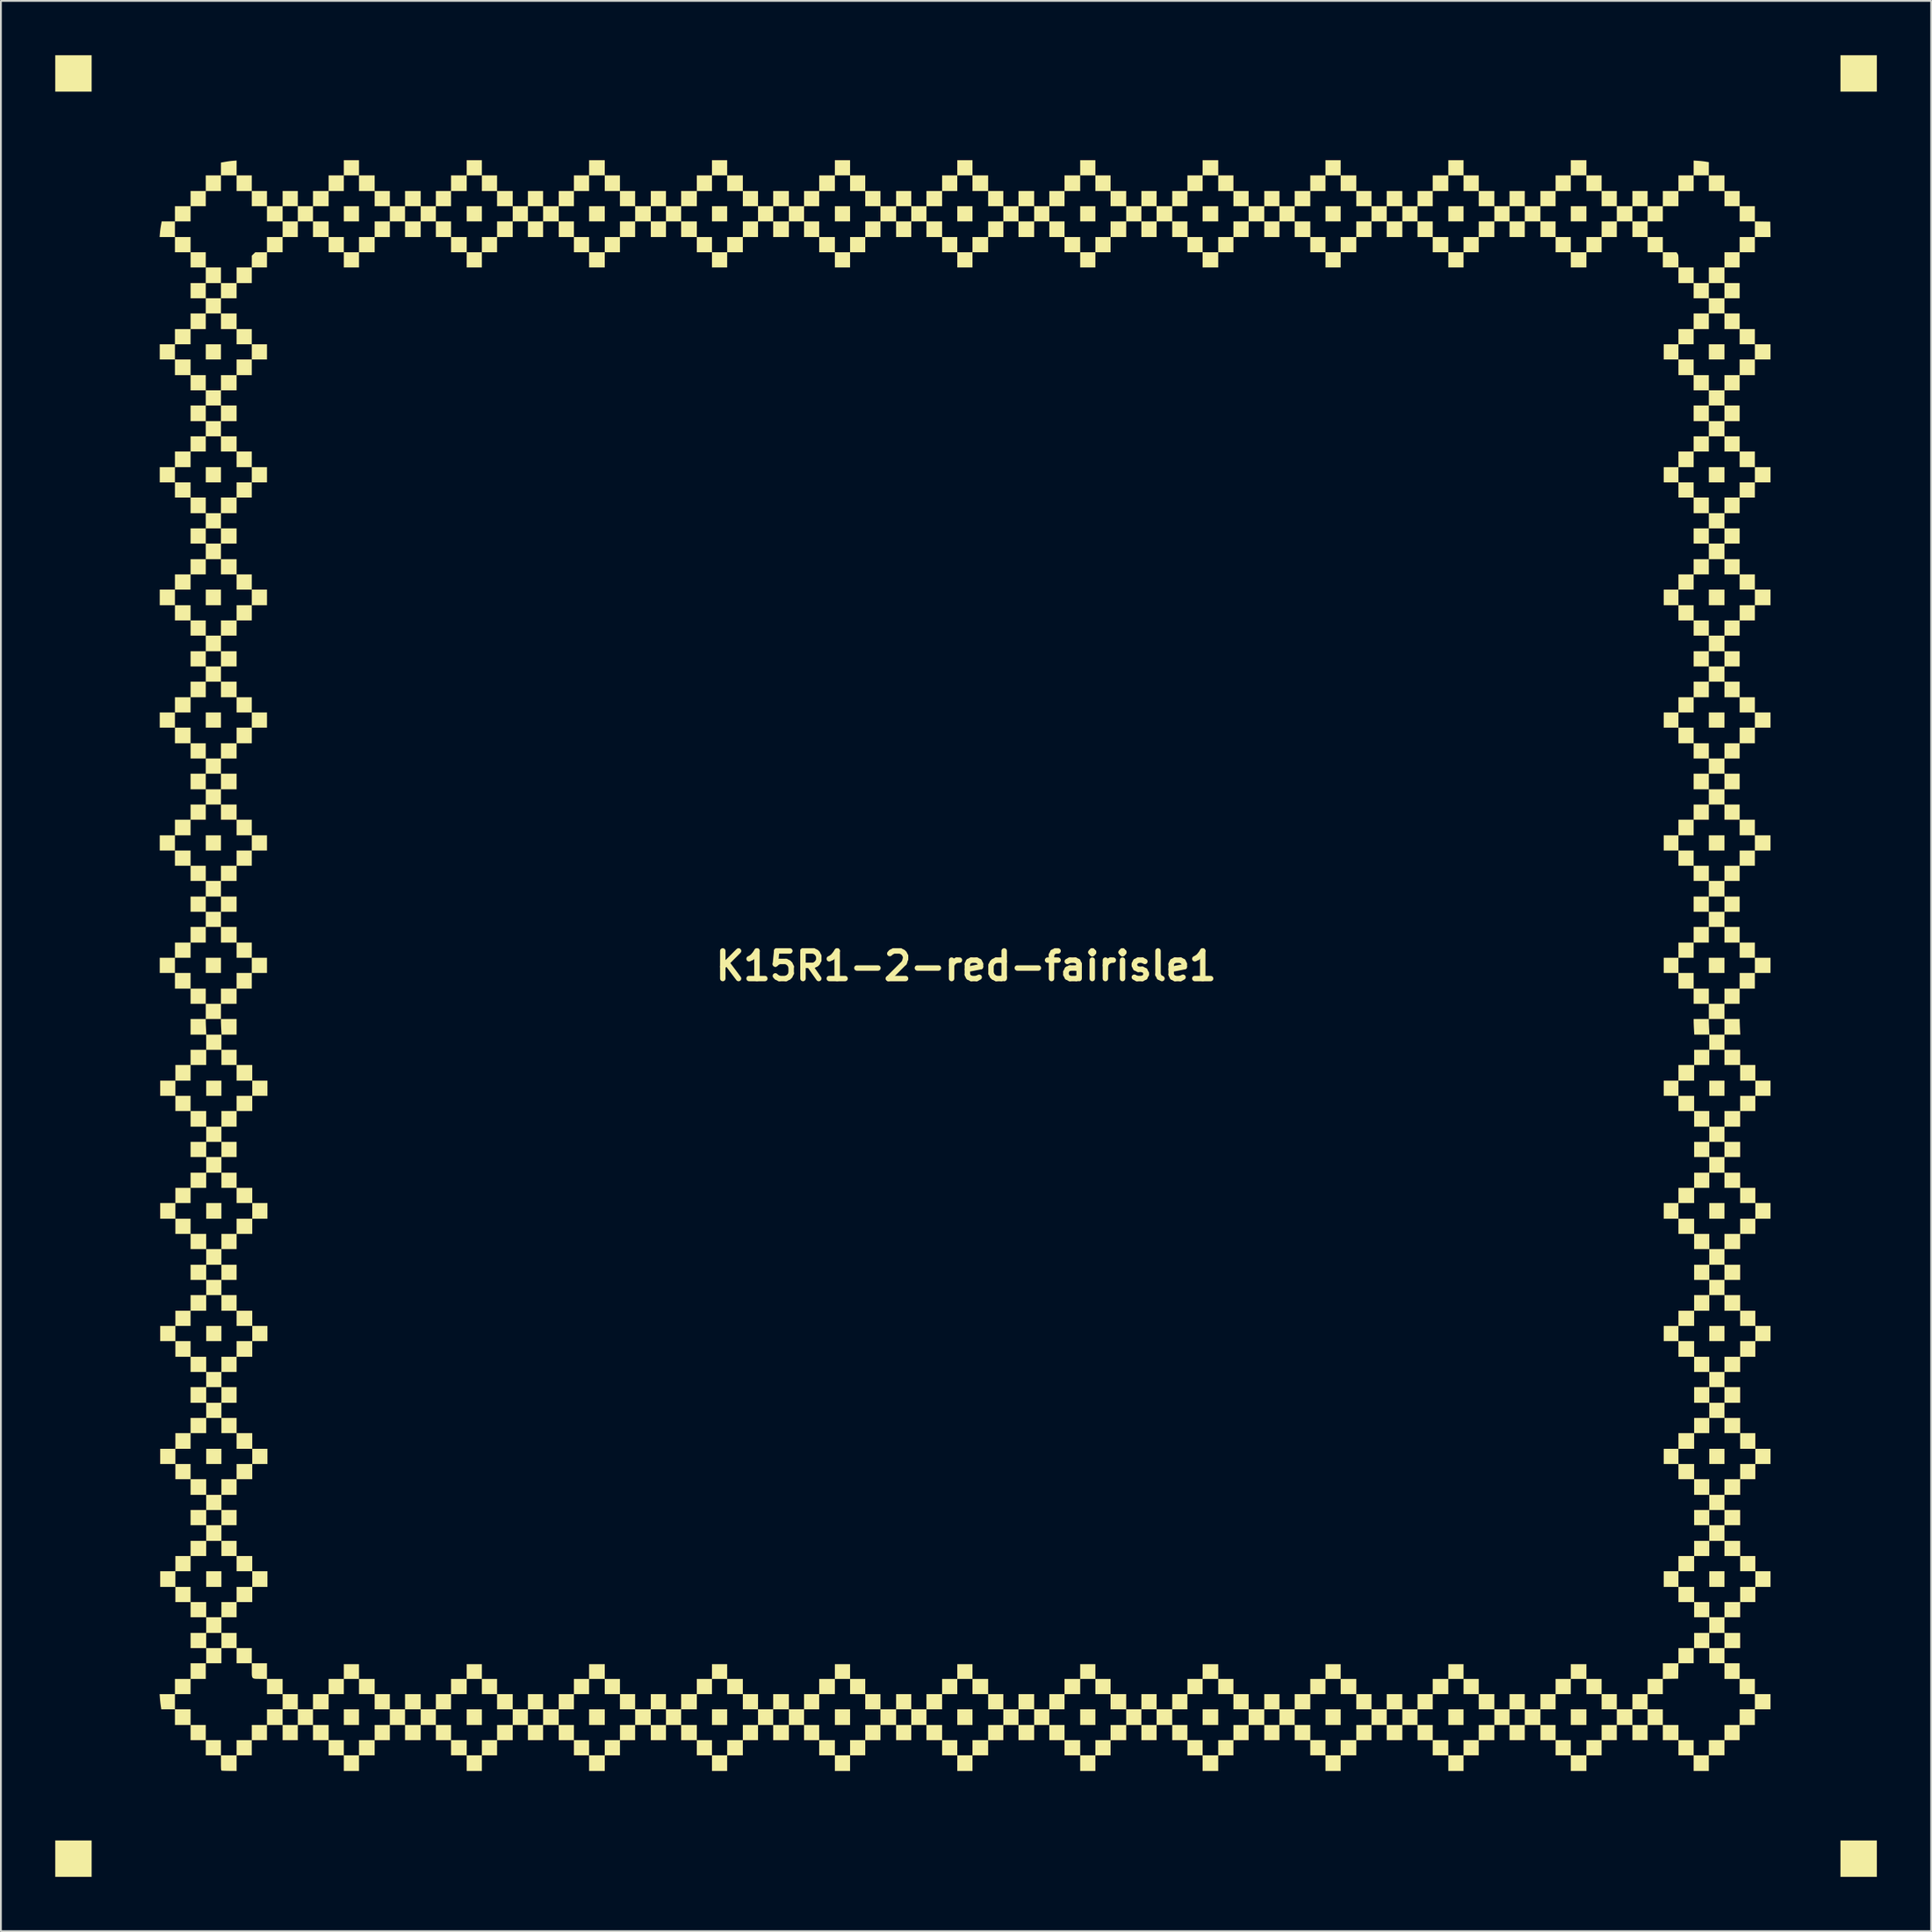
<source format=kicad_pcb>
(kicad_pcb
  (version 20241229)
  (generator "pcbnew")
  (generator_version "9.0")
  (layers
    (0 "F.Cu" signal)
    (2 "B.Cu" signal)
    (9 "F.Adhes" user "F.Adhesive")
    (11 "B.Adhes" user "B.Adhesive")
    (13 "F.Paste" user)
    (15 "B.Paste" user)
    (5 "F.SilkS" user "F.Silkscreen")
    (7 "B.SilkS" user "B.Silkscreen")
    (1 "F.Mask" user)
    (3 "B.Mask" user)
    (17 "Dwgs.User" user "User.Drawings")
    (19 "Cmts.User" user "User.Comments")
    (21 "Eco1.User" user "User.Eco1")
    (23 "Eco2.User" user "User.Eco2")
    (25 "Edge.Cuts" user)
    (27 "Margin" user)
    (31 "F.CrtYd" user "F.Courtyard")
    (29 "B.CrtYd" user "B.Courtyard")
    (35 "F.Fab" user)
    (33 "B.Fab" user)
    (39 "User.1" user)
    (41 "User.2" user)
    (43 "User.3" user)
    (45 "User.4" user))
  (footprint "K15R1-2-red-fairisle1"
    (layer "F.Cu")
    (at 50.267 50.267)
    (property "Reference" "K15R1-2-red-fairisle1" (at 0 0 0) (layer "F.SilkS") (effects (font (size 1.524 1.524) (thickness 0.3))))
    (attr board_only exclude_from_pos_files exclude_from_bom)
    (fp_poly (pts (xy -48.26 -48.26) (xy -50.267 -48.26) (xy -50.267 -50.267) (xy -48.26 -50.267)) (stroke (width 0) (type solid)) (fill yes) (layer "F.SilkS"))
    (fp_poly (pts (xy -48.26 50.267) (xy -50.267 50.267) (xy -50.267 48.26) (xy -48.26 48.26)) (stroke (width 0) (type solid)) (fill yes) (layer "F.SilkS"))
    (fp_poly (pts (xy -43.663 -33.477) (xy -44.501 -33.477) (xy -44.501 -34.315) (xy -43.663 -34.315)) (stroke (width 0) (type solid)) (fill yes) (layer "F.SilkS"))
    (fp_poly (pts (xy -43.663 -26.695) (xy -44.501 -26.695) (xy -44.501 -27.534) (xy -43.663 -27.534)) (stroke (width 0) (type solid)) (fill yes) (layer "F.SilkS"))
    (fp_poly (pts (xy -43.663 -19.914) (xy -44.501 -19.914) (xy -44.501 -20.777) (xy -43.663 -20.777)) (stroke (width 0) (type solid)) (fill yes) (layer "F.SilkS"))
    (fp_poly (pts (xy -43.663 -13.157) (xy -44.501 -13.157) (xy -44.501 -13.995) (xy -43.663 -13.995)) (stroke (width 0) (type solid)) (fill yes) (layer "F.SilkS"))
    (fp_poly (pts (xy -43.663 -6.375) (xy -44.501 -6.375) (xy -44.501 -7.214) (xy -43.663 -7.214)) (stroke (width 0) (type solid)) (fill yes) (layer "F.SilkS"))
    (fp_poly (pts (xy -43.663 0.381) (xy -44.501 0.381) (xy -44.501 -0.457) (xy -43.663 -0.457)) (stroke (width 0) (type solid)) (fill yes) (layer "F.SilkS"))
    (fp_poly (pts (xy -43.637 7.163) (xy -44.475 7.163) (xy -44.475 6.325) (xy -43.637 6.325)) (stroke (width 0) (type solid)) (fill yes) (layer "F.SilkS"))
    (fp_poly (pts (xy -43.637 13.945) (xy -44.475 13.945) (xy -44.475 13.081) (xy -43.637 13.081)) (stroke (width 0) (type solid)) (fill yes) (layer "F.SilkS"))
    (fp_poly (pts (xy -43.637 20.701) (xy -44.475 20.701) (xy -44.475 19.863) (xy -43.637 19.863)) (stroke (width 0) (type solid)) (fill yes) (layer "F.SilkS"))
    (fp_poly (pts (xy -43.637 27.483) (xy -44.475 27.483) (xy -44.475 26.645) (xy -43.637 26.645)) (stroke (width 0) (type solid)) (fill yes) (layer "F.SilkS"))
    (fp_poly (pts (xy -43.637 34.265) (xy -44.475 34.265) (xy -44.475 33.401) (xy -43.637 33.401)) (stroke (width 0) (type solid)) (fill yes) (layer "F.SilkS"))
    (fp_poly (pts (xy -42.799 -41.097) (xy -43.663 -41.097) (xy -43.663 -41.935) (xy -42.799 -41.935)) (stroke (width 0) (type solid)) (fill yes) (layer "F.SilkS"))
    (fp_poly (pts (xy -42.799 -39.395) (xy -43.663 -39.395) (xy -43.663 -40.234) (xy -42.799 -40.234)) (stroke (width 0) (type solid)) (fill yes) (layer "F.SilkS"))
    (fp_poly (pts (xy -42.799 -34.315) (xy -43.663 -34.315) (xy -43.663 -35.154) (xy -42.799 -35.154)) (stroke (width 0) (type solid)) (fill yes) (layer "F.SilkS"))
    (fp_poly (pts (xy -42.799 -32.614) (xy -43.663 -32.614) (xy -43.663 -33.477) (xy -42.799 -33.477)) (stroke (width 0) (type solid)) (fill yes) (layer "F.SilkS"))
    (fp_poly (pts (xy -42.799 -27.534) (xy -43.663 -27.534) (xy -43.663 -28.397) (xy -42.799 -28.397)) (stroke (width 0) (type solid)) (fill yes) (layer "F.SilkS"))
    (fp_poly (pts (xy -42.799 -25.857) (xy -43.663 -25.857) (xy -43.663 -26.695) (xy -42.799 -26.695)) (stroke (width 0) (type solid)) (fill yes) (layer "F.SilkS"))
    (fp_poly (pts (xy -42.799 -20.777) (xy -43.663 -20.777) (xy -43.663 -21.615) (xy -42.799 -21.615)) (stroke (width 0) (type solid)) (fill yes) (layer "F.SilkS"))
    (fp_poly (pts (xy -42.799 -19.075) (xy -43.663 -19.075) (xy -43.663 -19.914) (xy -42.799 -19.914)) (stroke (width 0) (type solid)) (fill yes) (layer "F.SilkS"))
    (fp_poly (pts (xy -42.799 -13.995) (xy -43.663 -13.995) (xy -43.663 -14.834) (xy -42.799 -14.834)) (stroke (width 0) (type solid)) (fill yes) (layer "F.SilkS"))
    (fp_poly (pts (xy -42.799 -12.294) (xy -43.663 -12.294) (xy -43.663 -13.157) (xy -42.799 -13.157)) (stroke (width 0) (type solid)) (fill yes) (layer "F.SilkS"))
    (fp_poly (pts (xy -42.799 -7.214) (xy -43.663 -7.214) (xy -43.663 -8.077) (xy -42.799 -8.077)) (stroke (width 0) (type solid)) (fill yes) (layer "F.SilkS"))
    (fp_poly (pts (xy -42.799 -5.537) (xy -43.663 -5.537) (xy -43.663 -6.375) (xy -42.799 -6.375)) (stroke (width 0) (type solid)) (fill yes) (layer "F.SilkS"))
    (fp_poly (pts (xy -42.799 -0.457) (xy -43.663 -0.457) (xy -43.663 -1.295) (xy -42.799 -1.295)) (stroke (width 0) (type solid)) (fill yes) (layer "F.SilkS"))
    (fp_poly (pts (xy -42.799 1.245) (xy -43.663 1.245) (xy -43.663 0.381) (xy -42.799 0.381)) (stroke (width 0) (type solid)) (fill yes) (layer "F.SilkS"))
    (fp_poly (pts (xy -42.799 6.325) (xy -43.637 6.325) (xy -43.637 5.461) (xy -42.799 5.461)) (stroke (width 0) (type solid)) (fill yes) (layer "F.SilkS"))
    (fp_poly (pts (xy -42.799 8.001) (xy -43.637 8.001) (xy -43.637 7.163) (xy -42.799 7.163)) (stroke (width 0) (type solid)) (fill yes) (layer "F.SilkS"))
    (fp_poly (pts (xy -42.799 13.081) (xy -43.637 13.081) (xy -43.637 12.243) (xy -42.799 12.243)) (stroke (width 0) (type solid)) (fill yes) (layer "F.SilkS"))
    (fp_poly (pts (xy -42.799 14.783) (xy -43.637 14.783) (xy -43.637 13.945) (xy -42.799 13.945)) (stroke (width 0) (type solid)) (fill yes) (layer "F.SilkS"))
    (fp_poly (pts (xy -42.799 19.863) (xy -43.637 19.863) (xy -43.637 19.025) (xy -42.799 19.025)) (stroke (width 0) (type solid)) (fill yes) (layer "F.SilkS"))
    (fp_poly (pts (xy -42.799 21.565) (xy -43.637 21.565) (xy -43.637 20.701) (xy -42.799 20.701)) (stroke (width 0) (type solid)) (fill yes) (layer "F.SilkS"))
    (fp_poly (pts (xy -42.799 26.645) (xy -43.637 26.645) (xy -43.637 25.781) (xy -42.799 25.781)) (stroke (width 0) (type solid)) (fill yes) (layer "F.SilkS"))
    (fp_poly (pts (xy -42.799 28.321) (xy -43.637 28.321) (xy -43.637 27.483) (xy -42.799 27.483)) (stroke (width 0) (type solid)) (fill yes) (layer "F.SilkS"))
    (fp_poly (pts (xy -42.799 33.401) (xy -43.637 33.401) (xy -43.637 32.563) (xy -42.799 32.563)) (stroke (width 0) (type solid)) (fill yes) (layer "F.SilkS"))
    (fp_poly (pts (xy -42.799 35.103) (xy -43.637 35.103) (xy -43.637 34.265) (xy -42.799 34.265)) (stroke (width 0) (type solid)) (fill yes) (layer "F.SilkS"))
    (fp_poly (pts (xy -42.799 40.183) (xy -43.663 40.183) (xy -43.663 39.345) (xy -42.799 39.345)) (stroke (width 0) (type solid)) (fill yes) (layer "F.SilkS"))
    (fp_poly (pts (xy -42.799 41.885) (xy -43.663 41.885) (xy -43.663 41.021) (xy -42.799 41.021)) (stroke (width 0) (type solid)) (fill yes) (layer "F.SilkS"))
    (fp_poly (pts (xy -41.961 -41.935) (xy -42.799 -41.935) (xy -42.799 -42.774) (xy -41.961 -42.774)) (stroke (width 0) (type solid)) (fill yes) (layer "F.SilkS"))
    (fp_poly (pts (xy -41.961 -38.557) (xy -42.799 -38.557) (xy -42.799 -39.395) (xy -41.961 -39.395)) (stroke (width 0) (type solid)) (fill yes) (layer "F.SilkS"))
    (fp_poly (pts (xy -41.961 -36.855) (xy -42.799 -36.855) (xy -42.799 -37.694) (xy -41.961 -37.694)) (stroke (width 0) (type solid)) (fill yes) (layer "F.SilkS"))
    (fp_poly (pts (xy -41.961 -35.154) (xy -42.799 -35.154) (xy -42.799 -36.017) (xy -41.961 -36.017)) (stroke (width 0) (type solid)) (fill yes) (layer "F.SilkS"))
    (fp_poly (pts (xy -41.961 -31.775) (xy -42.799 -31.775) (xy -42.799 -32.614) (xy -41.961 -32.614)) (stroke (width 0) (type solid)) (fill yes) (layer "F.SilkS"))
    (fp_poly (pts (xy -41.961 -30.074) (xy -42.799 -30.074) (xy -42.799 -30.937) (xy -41.961 -30.937)) (stroke (width 0) (type solid)) (fill yes) (layer "F.SilkS"))
    (fp_poly (pts (xy -41.961 -28.397) (xy -42.799 -28.397) (xy -42.799 -29.235) (xy -41.961 -29.235)) (stroke (width 0) (type solid)) (fill yes) (layer "F.SilkS"))
    (fp_poly (pts (xy -41.961 -24.994) (xy -42.799 -24.994) (xy -42.799 -25.857) (xy -41.961 -25.857)) (stroke (width 0) (type solid)) (fill yes) (layer "F.SilkS"))
    (fp_poly (pts (xy -41.961 -23.317) (xy -42.799 -23.317) (xy -42.799 -24.155) (xy -41.961 -24.155)) (stroke (width 0) (type solid)) (fill yes) (layer "F.SilkS"))
    (fp_poly (pts (xy -41.961 -21.615) (xy -42.799 -21.615) (xy -42.799 -22.454) (xy -41.961 -22.454)) (stroke (width 0) (type solid)) (fill yes) (layer "F.SilkS"))
    (fp_poly (pts (xy -41.961 -18.237) (xy -42.799 -18.237) (xy -42.799 -19.075) (xy -41.961 -19.075)) (stroke (width 0) (type solid)) (fill yes) (layer "F.SilkS"))
    (fp_poly (pts (xy -41.961 -16.535) (xy -42.799 -16.535) (xy -42.799 -17.374) (xy -41.961 -17.374)) (stroke (width 0) (type solid)) (fill yes) (layer "F.SilkS"))
    (fp_poly (pts (xy -41.961 -14.834) (xy -42.799 -14.834) (xy -42.799 -15.697) (xy -41.961 -15.697)) (stroke (width 0) (type solid)) (fill yes) (layer "F.SilkS"))
    (fp_poly (pts (xy -41.961 -11.455) (xy -42.799 -11.455) (xy -42.799 -12.294) (xy -41.961 -12.294)) (stroke (width 0) (type solid)) (fill yes) (layer "F.SilkS"))
    (fp_poly (pts (xy -41.961 -9.754) (xy -42.799 -9.754) (xy -42.799 -10.617) (xy -41.961 -10.617)) (stroke (width 0) (type solid)) (fill yes) (layer "F.SilkS"))
    (fp_poly (pts (xy -41.961 -8.077) (xy -42.799 -8.077) (xy -42.799 -8.915) (xy -41.961 -8.915)) (stroke (width 0) (type solid)) (fill yes) (layer "F.SilkS"))
    (fp_poly (pts (xy -41.961 -4.699) (xy -42.799 -4.699) (xy -42.799 -5.537) (xy -41.961 -5.537)) (stroke (width 0) (type solid)) (fill yes) (layer "F.SilkS"))
    (fp_poly (pts (xy -41.961 -2.997) (xy -42.799 -2.997) (xy -42.799 -3.835) (xy -41.961 -3.835)) (stroke (width 0) (type solid)) (fill yes) (layer "F.SilkS"))
    (fp_poly (pts (xy -41.961 -1.295) (xy -42.799 -1.295) (xy -42.799 -2.159) (xy -41.961 -2.159)) (stroke (width 0) (type solid)) (fill yes) (layer "F.SilkS"))
    (fp_poly (pts (xy -41.961 2.083) (xy -42.799 2.083) (xy -42.799 1.245) (xy -41.961 1.245)) (stroke (width 0) (type solid)) (fill yes) (layer "F.SilkS"))
    (fp_poly (pts (xy -41.961 39.345) (xy -42.799 39.345) (xy -42.799 38.481) (xy -41.961 38.481)) (stroke (width 0) (type solid)) (fill yes) (layer "F.SilkS"))
    (fp_poly (pts (xy -41.961 42.723) (xy -42.799 42.723) (xy -42.799 41.885) (xy -41.961 41.885)) (stroke (width 0) (type solid)) (fill yes) (layer "F.SilkS"))
    (fp_poly (pts (xy -41.935 5.461) (xy -42.799 5.461) (xy -42.799 4.623) (xy -41.935 4.623)) (stroke (width 0) (type solid)) (fill yes) (layer "F.SilkS"))
    (fp_poly (pts (xy -41.935 8.865) (xy -42.799 8.865) (xy -42.799 8.001) (xy -41.935 8.001)) (stroke (width 0) (type solid)) (fill yes) (layer "F.SilkS"))
    (fp_poly (pts (xy -41.935 10.541) (xy -42.799 10.541) (xy -42.799 9.703) (xy -41.935 9.703)) (stroke (width 0) (type solid)) (fill yes) (layer "F.SilkS"))
    (fp_poly (pts (xy -41.935 12.243) (xy -42.799 12.243) (xy -42.799 11.405) (xy -41.935 11.405)) (stroke (width 0) (type solid)) (fill yes) (layer "F.SilkS"))
    (fp_poly (pts (xy -41.935 15.621) (xy -42.799 15.621) (xy -42.799 14.783) (xy -41.935 14.783)) (stroke (width 0) (type solid)) (fill yes) (layer "F.SilkS"))
    (fp_poly (pts (xy -41.935 17.323) (xy -42.799 17.323) (xy -42.799 16.485) (xy -41.935 16.485)) (stroke (width 0) (type solid)) (fill yes) (layer "F.SilkS"))
    (fp_poly (pts (xy -41.935 19.025) (xy -42.799 19.025) (xy -42.799 18.161) (xy -41.935 18.161)) (stroke (width 0) (type solid)) (fill yes) (layer "F.SilkS"))
    (fp_poly (pts (xy -41.935 22.403) (xy -42.799 22.403) (xy -42.799 21.565) (xy -41.935 21.565)) (stroke (width 0) (type solid)) (fill yes) (layer "F.SilkS"))
    (fp_poly (pts (xy -41.935 24.105) (xy -42.799 24.105) (xy -42.799 23.241) (xy -41.935 23.241)) (stroke (width 0) (type solid)) (fill yes) (layer "F.SilkS"))
    (fp_poly (pts (xy -41.935 25.781) (xy -42.799 25.781) (xy -42.799 24.943) (xy -41.935 24.943)) (stroke (width 0) (type solid)) (fill yes) (layer "F.SilkS"))
    (fp_poly (pts (xy -41.935 29.185) (xy -42.799 29.185) (xy -42.799 28.321) (xy -41.935 28.321)) (stroke (width 0) (type solid)) (fill yes) (layer "F.SilkS"))
    (fp_poly (pts (xy -41.935 30.861) (xy -42.799 30.861) (xy -42.799 30.023) (xy -41.935 30.023)) (stroke (width 0) (type solid)) (fill yes) (layer "F.SilkS"))
    (fp_poly (pts (xy -41.935 32.563) (xy -42.799 32.563) (xy -42.799 31.725) (xy -41.935 31.725)) (stroke (width 0) (type solid)) (fill yes) (layer "F.SilkS"))
    (fp_poly (pts (xy -41.935 35.941) (xy -42.799 35.941) (xy -42.799 35.103) (xy -41.935 35.103)) (stroke (width 0) (type solid)) (fill yes) (layer "F.SilkS"))
    (fp_poly (pts (xy -41.123 -42.774) (xy -41.961 -42.774) (xy -41.961 -43.637) (xy -41.123 -43.637)) (stroke (width 0) (type solid)) (fill yes) (layer "F.SilkS"))
    (fp_poly (pts (xy -41.123 -37.694) (xy -41.961 -37.694) (xy -41.961 -38.557) (xy -41.123 -38.557)) (stroke (width 0) (type solid)) (fill yes) (layer "F.SilkS"))
    (fp_poly (pts (xy -41.123 -36.017) (xy -41.961 -36.017) (xy -41.961 -36.855) (xy -41.123 -36.855)) (stroke (width 0) (type solid)) (fill yes) (layer "F.SilkS"))
    (fp_poly (pts (xy -41.123 -33.477) (xy -41.961 -33.477) (xy -41.961 -34.315) (xy -41.123 -34.315)) (stroke (width 0) (type solid)) (fill yes) (layer "F.SilkS"))
    (fp_poly (pts (xy -41.123 -30.937) (xy -41.961 -30.937) (xy -41.961 -31.775) (xy -41.123 -31.775)) (stroke (width 0) (type solid)) (fill yes) (layer "F.SilkS"))
    (fp_poly (pts (xy -41.123 -29.235) (xy -41.961 -29.235) (xy -41.961 -30.074) (xy -41.123 -30.074)) (stroke (width 0) (type solid)) (fill yes) (layer "F.SilkS"))
    (fp_poly (pts (xy -41.123 -26.695) (xy -41.961 -26.695) (xy -41.961 -27.534) (xy -41.123 -27.534)) (stroke (width 0) (type solid)) (fill yes) (layer "F.SilkS"))
    (fp_poly (pts (xy -41.123 -24.155) (xy -41.961 -24.155) (xy -41.961 -24.994) (xy -41.123 -24.994)) (stroke (width 0) (type solid)) (fill yes) (layer "F.SilkS"))
    (fp_poly (pts (xy -41.123 -22.454) (xy -41.961 -22.454) (xy -41.961 -23.317) (xy -41.123 -23.317)) (stroke (width 0) (type solid)) (fill yes) (layer "F.SilkS"))
    (fp_poly (pts (xy -41.123 -19.914) (xy -41.961 -19.914) (xy -41.961 -20.777) (xy -41.123 -20.777)) (stroke (width 0) (type solid)) (fill yes) (layer "F.SilkS"))
    (fp_poly (pts (xy -41.123 -17.374) (xy -41.961 -17.374) (xy -41.961 -18.237) (xy -41.123 -18.237)) (stroke (width 0) (type solid)) (fill yes) (layer "F.SilkS"))
    (fp_poly (pts (xy -41.123 -15.697) (xy -41.961 -15.697) (xy -41.961 -16.535) (xy -41.123 -16.535)) (stroke (width 0) (type solid)) (fill yes) (layer "F.SilkS"))
    (fp_poly (pts (xy -41.123 -13.157) (xy -41.961 -13.157) (xy -41.961 -13.995) (xy -41.123 -13.995)) (stroke (width 0) (type solid)) (fill yes) (layer "F.SilkS"))
    (fp_poly (pts (xy -41.123 -10.617) (xy -41.961 -10.617) (xy -41.961 -11.455) (xy -41.123 -11.455)) (stroke (width 0) (type solid)) (fill yes) (layer "F.SilkS"))
    (fp_poly (pts (xy -41.123 -8.915) (xy -41.961 -8.915) (xy -41.961 -9.754) (xy -41.123 -9.754)) (stroke (width 0) (type solid)) (fill yes) (layer "F.SilkS"))
    (fp_poly (pts (xy -41.123 -6.375) (xy -41.961 -6.375) (xy -41.961 -7.214) (xy -41.123 -7.214)) (stroke (width 0) (type solid)) (fill yes) (layer "F.SilkS"))
    (fp_poly (pts (xy -41.123 -3.835) (xy -41.961 -3.835) (xy -41.961 -4.699) (xy -41.123 -4.699)) (stroke (width 0) (type solid)) (fill yes) (layer "F.SilkS"))
    (fp_poly (pts (xy -41.123 -2.159) (xy -41.961 -2.159) (xy -41.961 -2.997) (xy -41.123 -2.997)) (stroke (width 0) (type solid)) (fill yes) (layer "F.SilkS"))
    (fp_poly (pts (xy -41.123 0.381) (xy -41.961 0.381) (xy -41.961 -0.457) (xy -41.123 -0.457)) (stroke (width 0) (type solid)) (fill yes) (layer "F.SilkS"))
    (fp_poly (pts (xy -41.123 2.921) (xy -41.961 2.921) (xy -41.961 2.083) (xy -41.123 2.083)) (stroke (width 0) (type solid)) (fill yes) (layer "F.SilkS"))
    (fp_poly (pts (xy -41.123 43.561) (xy -41.961 43.561) (xy -41.961 42.723) (xy -41.123 42.723)) (stroke (width 0) (type solid)) (fill yes) (layer "F.SilkS"))
    (fp_poly (pts (xy -41.097 7.163) (xy -41.935 7.163) (xy -41.935 6.325) (xy -41.097 6.325)) (stroke (width 0) (type solid)) (fill yes) (layer "F.SilkS"))
    (fp_poly (pts (xy -41.097 9.703) (xy -41.935 9.703) (xy -41.935 8.865) (xy -41.097 8.865)) (stroke (width 0) (type solid)) (fill yes) (layer "F.SilkS"))
    (fp_poly (pts (xy -41.097 11.405) (xy -41.935 11.405) (xy -41.935 10.541) (xy -41.097 10.541)) (stroke (width 0) (type solid)) (fill yes) (layer "F.SilkS"))
    (fp_poly (pts (xy -41.097 13.945) (xy -41.935 13.945) (xy -41.935 13.081) (xy -41.097 13.081)) (stroke (width 0) (type solid)) (fill yes) (layer "F.SilkS"))
    (fp_poly (pts (xy -41.097 16.485) (xy -41.935 16.485) (xy -41.935 15.621) (xy -41.097 15.621)) (stroke (width 0) (type solid)) (fill yes) (layer "F.SilkS"))
    (fp_poly (pts (xy -41.097 18.161) (xy -41.935 18.161) (xy -41.935 17.323) (xy -41.097 17.323)) (stroke (width 0) (type solid)) (fill yes) (layer "F.SilkS"))
    (fp_poly (pts (xy -41.097 20.701) (xy -41.935 20.701) (xy -41.935 19.863) (xy -41.097 19.863)) (stroke (width 0) (type solid)) (fill yes) (layer "F.SilkS"))
    (fp_poly (pts (xy -41.097 23.241) (xy -41.935 23.241) (xy -41.935 22.403) (xy -41.097 22.403)) (stroke (width 0) (type solid)) (fill yes) (layer "F.SilkS"))
    (fp_poly (pts (xy -41.097 24.943) (xy -41.935 24.943) (xy -41.935 24.105) (xy -41.097 24.105)) (stroke (width 0) (type solid)) (fill yes) (layer "F.SilkS"))
    (fp_poly (pts (xy -41.097 27.483) (xy -41.935 27.483) (xy -41.935 26.645) (xy -41.097 26.645)) (stroke (width 0) (type solid)) (fill yes) (layer "F.SilkS"))
    (fp_poly (pts (xy -41.097 30.023) (xy -41.935 30.023) (xy -41.935 29.185) (xy -41.097 29.185)) (stroke (width 0) (type solid)) (fill yes) (layer "F.SilkS"))
    (fp_poly (pts (xy -41.097 31.725) (xy -41.935 31.725) (xy -41.935 30.861) (xy -41.097 30.861)) (stroke (width 0) (type solid)) (fill yes) (layer "F.SilkS"))
    (fp_poly (pts (xy -41.097 34.265) (xy -41.935 34.265) (xy -41.935 33.401) (xy -41.097 33.401)) (stroke (width 0) (type solid)) (fill yes) (layer "F.SilkS"))
    (fp_poly (pts (xy -40.259 -36.855) (xy -41.123 -36.855) (xy -41.123 -37.694) (xy -40.259 -37.694)) (stroke (width 0) (type solid)) (fill yes) (layer "F.SilkS"))
    (fp_poly (pts (xy -40.259 -35.154) (xy -41.123 -35.154) (xy -41.123 -36.017) (xy -40.259 -36.017)) (stroke (width 0) (type solid)) (fill yes) (layer "F.SilkS"))
    (fp_poly (pts (xy -40.259 -31.775) (xy -41.123 -31.775) (xy -41.123 -32.614) (xy -40.259 -32.614)) (stroke (width 0) (type solid)) (fill yes) (layer "F.SilkS"))
    (fp_poly (pts (xy -40.259 -30.074) (xy -41.123 -30.074) (xy -41.123 -30.937) (xy -40.259 -30.937)) (stroke (width 0) (type solid)) (fill yes) (layer "F.SilkS"))
    (fp_poly (pts (xy -40.259 -28.397) (xy -41.123 -28.397) (xy -41.123 -29.235) (xy -40.259 -29.235)) (stroke (width 0) (type solid)) (fill yes) (layer "F.SilkS"))
    (fp_poly (pts (xy -40.259 -24.994) (xy -41.123 -24.994) (xy -41.123 -25.857) (xy -40.259 -25.857)) (stroke (width 0) (type solid)) (fill yes) (layer "F.SilkS"))
    (fp_poly (pts (xy -40.259 -23.317) (xy -41.123 -23.317) (xy -41.123 -24.155) (xy -40.259 -24.155)) (stroke (width 0) (type solid)) (fill yes) (layer "F.SilkS"))
    (fp_poly (pts (xy -40.259 -21.615) (xy -41.123 -21.615) (xy -41.123 -22.454) (xy -40.259 -22.454)) (stroke (width 0) (type solid)) (fill yes) (layer "F.SilkS"))
    (fp_poly (pts (xy -40.259 -18.237) (xy -41.123 -18.237) (xy -41.123 -19.075) (xy -40.259 -19.075)) (stroke (width 0) (type solid)) (fill yes) (layer "F.SilkS"))
    (fp_poly (pts (xy -40.259 -16.535) (xy -41.123 -16.535) (xy -41.123 -17.374) (xy -40.259 -17.374)) (stroke (width 0) (type solid)) (fill yes) (layer "F.SilkS"))
    (fp_poly (pts (xy -40.259 -14.834) (xy -41.123 -14.834) (xy -41.123 -15.697) (xy -40.259 -15.697)) (stroke (width 0) (type solid)) (fill yes) (layer "F.SilkS"))
    (fp_poly (pts (xy -40.259 -11.455) (xy -41.123 -11.455) (xy -41.123 -12.294) (xy -40.259 -12.294)) (stroke (width 0) (type solid)) (fill yes) (layer "F.SilkS"))
    (fp_poly (pts (xy -40.259 -9.754) (xy -41.123 -9.754) (xy -41.123 -10.617) (xy -40.259 -10.617)) (stroke (width 0) (type solid)) (fill yes) (layer "F.SilkS"))
    (fp_poly (pts (xy -40.259 -8.077) (xy -41.123 -8.077) (xy -41.123 -8.915) (xy -40.259 -8.915)) (stroke (width 0) (type solid)) (fill yes) (layer "F.SilkS"))
    (fp_poly (pts (xy -40.259 -4.699) (xy -41.123 -4.699) (xy -41.123 -5.537) (xy -40.259 -5.537)) (stroke (width 0) (type solid)) (fill yes) (layer "F.SilkS"))
    (fp_poly (pts (xy -40.259 -2.997) (xy -41.123 -2.997) (xy -41.123 -3.835) (xy -40.259 -3.835)) (stroke (width 0) (type solid)) (fill yes) (layer "F.SilkS"))
    (fp_poly (pts (xy -40.259 -1.295) (xy -41.123 -1.295) (xy -41.123 -2.159) (xy -40.259 -2.159)) (stroke (width 0) (type solid)) (fill yes) (layer "F.SilkS"))
    (fp_poly (pts (xy -40.259 2.083) (xy -41.123 2.083) (xy -41.123 1.245) (xy -40.259 1.245)) (stroke (width 0) (type solid)) (fill yes) (layer "F.SilkS"))
    (fp_poly (pts (xy -40.259 5.461) (xy -41.097 5.461) (xy -41.097 4.623) (xy -40.259 4.623)) (stroke (width 0) (type solid)) (fill yes) (layer "F.SilkS"))
    (fp_poly (pts (xy -40.259 8.865) (xy -41.097 8.865) (xy -41.097 8.001) (xy -40.259 8.001)) (stroke (width 0) (type solid)) (fill yes) (layer "F.SilkS"))
    (fp_poly (pts (xy -40.259 10.541) (xy -41.097 10.541) (xy -41.097 9.703) (xy -40.259 9.703)) (stroke (width 0) (type solid)) (fill yes) (layer "F.SilkS"))
    (fp_poly (pts (xy -40.259 12.243) (xy -41.097 12.243) (xy -41.097 11.405) (xy -40.259 11.405)) (stroke (width 0) (type solid)) (fill yes) (layer "F.SilkS"))
    (fp_poly (pts (xy -40.259 15.621) (xy -41.097 15.621) (xy -41.097 14.783) (xy -40.259 14.783)) (stroke (width 0) (type solid)) (fill yes) (layer "F.SilkS"))
    (fp_poly (pts (xy -40.259 17.323) (xy -41.097 17.323) (xy -41.097 16.485) (xy -40.259 16.485)) (stroke (width 0) (type solid)) (fill yes) (layer "F.SilkS"))
    (fp_poly (pts (xy -40.259 19.025) (xy -41.097 19.025) (xy -41.097 18.161) (xy -40.259 18.161)) (stroke (width 0) (type solid)) (fill yes) (layer "F.SilkS"))
    (fp_poly (pts (xy -40.259 22.403) (xy -41.097 22.403) (xy -41.097 21.565) (xy -40.259 21.565)) (stroke (width 0) (type solid)) (fill yes) (layer "F.SilkS"))
    (fp_poly (pts (xy -40.259 24.105) (xy -41.097 24.105) (xy -41.097 23.241) (xy -40.259 23.241)) (stroke (width 0) (type solid)) (fill yes) (layer "F.SilkS"))
    (fp_poly (pts (xy -40.259 25.781) (xy -41.097 25.781) (xy -41.097 24.943) (xy -40.259 24.943)) (stroke (width 0) (type solid)) (fill yes) (layer "F.SilkS"))
    (fp_poly (pts (xy -40.259 29.185) (xy -41.097 29.185) (xy -41.097 28.321) (xy -40.259 28.321)) (stroke (width 0) (type solid)) (fill yes) (layer "F.SilkS"))
    (fp_poly (pts (xy -40.259 30.861) (xy -41.097 30.861) (xy -41.097 30.023) (xy -40.259 30.023)) (stroke (width 0) (type solid)) (fill yes) (layer "F.SilkS"))
    (fp_poly (pts (xy -40.259 32.563) (xy -41.097 32.563) (xy -41.097 31.725) (xy -40.259 31.725)) (stroke (width 0) (type solid)) (fill yes) (layer "F.SilkS"))
    (fp_poly (pts (xy -40.259 35.941) (xy -41.097 35.941) (xy -41.097 35.103) (xy -40.259 35.103)) (stroke (width 0) (type solid)) (fill yes) (layer "F.SilkS"))
    (fp_poly (pts (xy -39.421 -42.774) (xy -40.259 -42.774) (xy -40.259 -43.637) (xy -39.421 -43.637)) (stroke (width 0) (type solid)) (fill yes) (layer "F.SilkS"))
    (fp_poly (pts (xy -39.421 -37.694) (xy -40.259 -37.694) (xy -40.259 -38.557) (xy -39.421 -38.557)) (stroke (width 0) (type solid)) (fill yes) (layer "F.SilkS"))
    (fp_poly (pts (xy -39.421 -34.315) (xy -40.259 -34.315) (xy -40.259 -35.154) (xy -39.421 -35.154)) (stroke (width 0) (type solid)) (fill yes) (layer "F.SilkS"))
    (fp_poly (pts (xy -39.421 -32.614) (xy -40.259 -32.614) (xy -40.259 -33.477) (xy -39.421 -33.477)) (stroke (width 0) (type solid)) (fill yes) (layer "F.SilkS"))
    (fp_poly (pts (xy -39.421 -27.534) (xy -40.259 -27.534) (xy -40.259 -28.397) (xy -39.421 -28.397)) (stroke (width 0) (type solid)) (fill yes) (layer "F.SilkS"))
    (fp_poly (pts (xy -39.421 -25.857) (xy -40.259 -25.857) (xy -40.259 -26.695) (xy -39.421 -26.695)) (stroke (width 0) (type solid)) (fill yes) (layer "F.SilkS"))
    (fp_poly (pts (xy -39.421 -20.777) (xy -40.259 -20.777) (xy -40.259 -21.615) (xy -39.421 -21.615)) (stroke (width 0) (type solid)) (fill yes) (layer "F.SilkS"))
    (fp_poly (pts (xy -39.421 -19.075) (xy -40.259 -19.075) (xy -40.259 -19.914) (xy -39.421 -19.914)) (stroke (width 0) (type solid)) (fill yes) (layer "F.SilkS"))
    (fp_poly (pts (xy -39.421 -13.995) (xy -40.259 -13.995) (xy -40.259 -14.834) (xy -39.421 -14.834)) (stroke (width 0) (type solid)) (fill yes) (layer "F.SilkS"))
    (fp_poly (pts (xy -39.421 -12.294) (xy -40.259 -12.294) (xy -40.259 -13.157) (xy -39.421 -13.157)) (stroke (width 0) (type solid)) (fill yes) (layer "F.SilkS"))
    (fp_poly (pts (xy -39.421 -7.214) (xy -40.259 -7.214) (xy -40.259 -8.077) (xy -39.421 -8.077)) (stroke (width 0) (type solid)) (fill yes) (layer "F.SilkS"))
    (fp_poly (pts (xy -39.421 -5.537) (xy -40.259 -5.537) (xy -40.259 -6.375) (xy -39.421 -6.375)) (stroke (width 0) (type solid)) (fill yes) (layer "F.SilkS"))
    (fp_poly (pts (xy -39.421 -0.457) (xy -40.259 -0.457) (xy -40.259 -1.295) (xy -39.421 -1.295)) (stroke (width 0) (type solid)) (fill yes) (layer "F.SilkS"))
    (fp_poly (pts (xy -39.421 1.245) (xy -40.259 1.245) (xy -40.259 0.381) (xy -39.421 0.381)) (stroke (width 0) (type solid)) (fill yes) (layer "F.SilkS"))
    (fp_poly (pts (xy -39.421 38.481) (xy -40.259 38.481) (xy -40.259 37.643) (xy -39.421 37.643)) (stroke (width 0) (type solid)) (fill yes) (layer "F.SilkS"))
    (fp_poly (pts (xy -39.421 43.561) (xy -40.259 43.561) (xy -40.259 42.723) (xy -39.421 42.723)) (stroke (width 0) (type solid)) (fill yes) (layer "F.SilkS"))
    (fp_poly (pts (xy -39.395 6.325) (xy -40.259 6.325) (xy -40.259 5.461) (xy -39.395 5.461)) (stroke (width 0) (type solid)) (fill yes) (layer "F.SilkS"))
    (fp_poly (pts (xy -39.395 8.001) (xy -40.259 8.001) (xy -40.259 7.163) (xy -39.395 7.163)) (stroke (width 0) (type solid)) (fill yes) (layer "F.SilkS"))
    (fp_poly (pts (xy -39.395 13.081) (xy -40.259 13.081) (xy -40.259 12.243) (xy -39.395 12.243)) (stroke (width 0) (type solid)) (fill yes) (layer "F.SilkS"))
    (fp_poly (pts (xy -39.395 14.783) (xy -40.259 14.783) (xy -40.259 13.945) (xy -39.395 13.945)) (stroke (width 0) (type solid)) (fill yes) (layer "F.SilkS"))
    (fp_poly (pts (xy -39.395 19.863) (xy -40.259 19.863) (xy -40.259 19.025) (xy -39.395 19.025)) (stroke (width 0) (type solid)) (fill yes) (layer "F.SilkS"))
    (fp_poly (pts (xy -39.395 21.565) (xy -40.259 21.565) (xy -40.259 20.701) (xy -39.395 20.701)) (stroke (width 0) (type solid)) (fill yes) (layer "F.SilkS"))
    (fp_poly (pts (xy -39.395 26.645) (xy -40.259 26.645) (xy -40.259 25.781) (xy -39.395 25.781)) (stroke (width 0) (type solid)) (fill yes) (layer "F.SilkS"))
    (fp_poly (pts (xy -39.395 28.321) (xy -40.259 28.321) (xy -40.259 27.483) (xy -39.395 27.483)) (stroke (width 0) (type solid)) (fill yes) (layer "F.SilkS"))
    (fp_poly (pts (xy -39.395 33.401) (xy -40.259 33.401) (xy -40.259 32.563) (xy -39.395 32.563)) (stroke (width 0) (type solid)) (fill yes) (layer "F.SilkS"))
    (fp_poly (pts (xy -39.395 35.103) (xy -40.259 35.103) (xy -40.259 34.265) (xy -39.395 34.265)) (stroke (width 0) (type solid)) (fill yes) (layer "F.SilkS"))
    (fp_poly (pts (xy -38.583 -41.935) (xy -39.421 -41.935) (xy -39.421 -42.774) (xy -38.583 -42.774)) (stroke (width 0) (type solid)) (fill yes) (layer "F.SilkS"))
    (fp_poly (pts (xy -38.583 -33.477) (xy -39.421 -33.477) (xy -39.421 -34.315) (xy -38.583 -34.315)) (stroke (width 0) (type solid)) (fill yes) (layer "F.SilkS"))
    (fp_poly (pts (xy -38.583 -26.695) (xy -39.421 -26.695) (xy -39.421 -27.534) (xy -38.583 -27.534)) (stroke (width 0) (type solid)) (fill yes) (layer "F.SilkS"))
    (fp_poly (pts (xy -38.583 -19.914) (xy -39.421 -19.914) (xy -39.421 -20.777) (xy -38.583 -20.777)) (stroke (width 0) (type solid)) (fill yes) (layer "F.SilkS"))
    (fp_poly (pts (xy -38.583 -13.157) (xy -39.421 -13.157) (xy -39.421 -13.995) (xy -38.583 -13.995)) (stroke (width 0) (type solid)) (fill yes) (layer "F.SilkS"))
    (fp_poly (pts (xy -38.583 -6.375) (xy -39.421 -6.375) (xy -39.421 -7.214) (xy -38.583 -7.214)) (stroke (width 0) (type solid)) (fill yes) (layer "F.SilkS"))
    (fp_poly (pts (xy -38.583 0.381) (xy -39.421 0.381) (xy -39.421 -0.457) (xy -38.583 -0.457)) (stroke (width 0) (type solid)) (fill yes) (layer "F.SilkS"))
    (fp_poly (pts (xy -38.583 42.723) (xy -39.421 42.723) (xy -39.421 41.885) (xy -38.583 41.885)) (stroke (width 0) (type solid)) (fill yes) (layer "F.SilkS"))
    (fp_poly (pts (xy -38.557 7.163) (xy -39.395 7.163) (xy -39.395 6.325) (xy -38.557 6.325)) (stroke (width 0) (type solid)) (fill yes) (layer "F.SilkS"))
    (fp_poly (pts (xy -38.557 13.945) (xy -39.395 13.945) (xy -39.395 13.081) (xy -38.557 13.081)) (stroke (width 0) (type solid)) (fill yes) (layer "F.SilkS"))
    (fp_poly (pts (xy -38.557 20.701) (xy -39.395 20.701) (xy -39.395 19.863) (xy -38.557 19.863)) (stroke (width 0) (type solid)) (fill yes) (layer "F.SilkS"))
    (fp_poly (pts (xy -38.557 27.483) (xy -39.395 27.483) (xy -39.395 26.645) (xy -38.557 26.645)) (stroke (width 0) (type solid)) (fill yes) (layer "F.SilkS"))
    (fp_poly (pts (xy -38.557 34.265) (xy -39.395 34.265) (xy -39.395 33.401) (xy -38.557 33.401)) (stroke (width 0) (type solid)) (fill yes) (layer "F.SilkS"))
    (fp_poly (pts (xy -37.719 -41.097) (xy -38.583 -41.097) (xy -38.583 -41.935) (xy -37.719 -41.935)) (stroke (width 0) (type solid)) (fill yes) (layer "F.SilkS"))
    (fp_poly (pts (xy -37.719 -39.395) (xy -38.583 -39.395) (xy -38.583 -40.234) (xy -37.719 -40.234)) (stroke (width 0) (type solid)) (fill yes) (layer "F.SilkS"))
    (fp_poly (pts (xy -37.719 40.183) (xy -38.583 40.183) (xy -38.583 39.345) (xy -37.719 39.345)) (stroke (width 0) (type solid)) (fill yes) (layer "F.SilkS"))
    (fp_poly (pts (xy -36.881 -41.935) (xy -37.719 -41.935) (xy -37.719 -42.774) (xy -36.881 -42.774)) (stroke (width 0) (type solid)) (fill yes) (layer "F.SilkS"))
    (fp_poly (pts (xy -36.881 -40.234) (xy -37.719 -40.234) (xy -37.719 -41.097) (xy -36.881 -41.097)) (stroke (width 0) (type solid)) (fill yes) (layer "F.SilkS"))
    (fp_poly (pts (xy -36.043 -41.097) (xy -36.881 -41.097) (xy -36.881 -41.935) (xy -36.043 -41.935)) (stroke (width 0) (type solid)) (fill yes) (layer "F.SilkS"))
    (fp_poly (pts (xy -35.179 -41.935) (xy -36.043 -41.935) (xy -36.043 -42.774) (xy -35.179 -42.774)) (stroke (width 0) (type solid)) (fill yes) (layer "F.SilkS"))
    (fp_poly (pts (xy -35.179 -40.234) (xy -36.043 -40.234) (xy -36.043 -41.097) (xy -35.179 -41.097)) (stroke (width 0) (type solid)) (fill yes) (layer "F.SilkS"))
    (fp_poly (pts (xy -35.179 41.021) (xy -36.043 41.021) (xy -36.043 40.183) (xy -35.179 40.183)) (stroke (width 0) (type solid)) (fill yes) (layer "F.SilkS"))
    (fp_poly (pts (xy -35.179 42.723) (xy -36.043 42.723) (xy -36.043 41.885) (xy -35.179 41.885)) (stroke (width 0) (type solid)) (fill yes) (layer "F.SilkS"))
    (fp_poly (pts (xy -34.341 -42.774) (xy -35.179 -42.774) (xy -35.179 -43.637) (xy -34.341 -43.637)) (stroke (width 0) (type solid)) (fill yes) (layer "F.SilkS"))
    (fp_poly (pts (xy -34.341 -39.395) (xy -35.179 -39.395) (xy -35.179 -40.234) (xy -34.341 -40.234)) (stroke (width 0) (type solid)) (fill yes) (layer "F.SilkS"))
    (fp_poly (pts (xy -34.341 40.183) (xy -35.179 40.183) (xy -35.179 39.345) (xy -34.341 39.345)) (stroke (width 0) (type solid)) (fill yes) (layer "F.SilkS"))
    (fp_poly (pts (xy -34.341 43.561) (xy -35.179 43.561) (xy -35.179 42.723) (xy -34.341 42.723)) (stroke (width 0) (type solid)) (fill yes) (layer "F.SilkS"))
    (fp_poly (pts (xy -33.503 -43.637) (xy -34.341 -43.637) (xy -34.341 -44.475) (xy -33.503 -44.475)) (stroke (width 0) (type solid)) (fill yes) (layer "F.SilkS"))
    (fp_poly (pts (xy -33.503 -41.097) (xy -34.341 -41.097) (xy -34.341 -41.935) (xy -33.503 -41.935)) (stroke (width 0) (type solid)) (fill yes) (layer "F.SilkS"))
    (fp_poly (pts (xy -33.503 -38.557) (xy -34.341 -38.557) (xy -34.341 -39.395) (xy -33.503 -39.395)) (stroke (width 0) (type solid)) (fill yes) (layer "F.SilkS"))
    (fp_poly (pts (xy -33.503 39.345) (xy -34.341 39.345) (xy -34.341 38.532) (xy -33.503 38.532)) (stroke (width 0) (type solid)) (fill yes) (layer "F.SilkS"))
    (fp_poly (pts (xy -33.503 41.885) (xy -34.341 41.885) (xy -34.341 41.021) (xy -33.503 41.021)) (stroke (width 0) (type solid)) (fill yes) (layer "F.SilkS"))
    (fp_poly (pts (xy -33.503 44.425) (xy -34.341 44.425) (xy -34.341 43.561) (xy -33.503 43.561)) (stroke (width 0) (type solid)) (fill yes) (layer "F.SilkS"))
    (fp_poly (pts (xy -32.639 -42.774) (xy -33.503 -42.774) (xy -33.503 -43.637) (xy -32.639 -43.637)) (stroke (width 0) (type solid)) (fill yes) (layer "F.SilkS"))
    (fp_poly (pts (xy -32.639 -39.395) (xy -33.503 -39.395) (xy -33.503 -40.234) (xy -32.639 -40.234)) (stroke (width 0) (type solid)) (fill yes) (layer "F.SilkS"))
    (fp_poly (pts (xy -32.639 40.183) (xy -33.503 40.183) (xy -33.503 39.345) (xy -32.639 39.345)) (stroke (width 0) (type solid)) (fill yes) (layer "F.SilkS"))
    (fp_poly (pts (xy -32.639 43.561) (xy -33.503 43.561) (xy -33.503 42.723) (xy -32.639 42.723)) (stroke (width 0) (type solid)) (fill yes) (layer "F.SilkS"))
    (fp_poly (pts (xy -31.801 -41.935) (xy -32.639 -41.935) (xy -32.639 -42.774) (xy -31.801 -42.774)) (stroke (width 0) (type solid)) (fill yes) (layer "F.SilkS"))
    (fp_poly (pts (xy -31.801 -40.234) (xy -32.639 -40.234) (xy -32.639 -41.097) (xy -31.801 -41.097)) (stroke (width 0) (type solid)) (fill yes) (layer "F.SilkS"))
    (fp_poly (pts (xy -31.801 41.021) (xy -32.639 41.021) (xy -32.639 40.183) (xy -31.801 40.183)) (stroke (width 0) (type solid)) (fill yes) (layer "F.SilkS"))
    (fp_poly (pts (xy -31.801 42.723) (xy -32.639 42.723) (xy -32.639 41.885) (xy -31.801 41.885)) (stroke (width 0) (type solid)) (fill yes) (layer "F.SilkS"))
    (fp_poly (pts (xy -30.963 -41.097) (xy -31.801 -41.097) (xy -31.801 -41.935) (xy -30.963 -41.935)) (stroke (width 0) (type solid)) (fill yes) (layer "F.SilkS"))
    (fp_poly (pts (xy -30.963 41.885) (xy -31.801 41.885) (xy -31.801 41.021) (xy -30.963 41.021)) (stroke (width 0) (type solid)) (fill yes) (layer "F.SilkS"))
    (fp_poly (pts (xy -30.099 -41.935) (xy -30.963 -41.935) (xy -30.963 -42.774) (xy -30.099 -42.774)) (stroke (width 0) (type solid)) (fill yes) (layer "F.SilkS"))
    (fp_poly (pts (xy -30.099 -40.234) (xy -30.963 -40.234) (xy -30.963 -41.097) (xy -30.099 -41.097)) (stroke (width 0) (type solid)) (fill yes) (layer "F.SilkS"))
    (fp_poly (pts (xy -30.099 41.021) (xy -30.963 41.021) (xy -30.963 40.183) (xy -30.099 40.183)) (stroke (width 0) (type solid)) (fill yes) (layer "F.SilkS"))
    (fp_poly (pts (xy -30.099 42.723) (xy -30.963 42.723) (xy -30.963 41.885) (xy -30.099 41.885)) (stroke (width 0) (type solid)) (fill yes) (layer "F.SilkS"))
    (fp_poly (pts (xy -29.261 -41.097) (xy -30.099 -41.097) (xy -30.099 -41.935) (xy -29.261 -41.935)) (stroke (width 0) (type solid)) (fill yes) (layer "F.SilkS"))
    (fp_poly (pts (xy -29.261 41.885) (xy -30.099 41.885) (xy -30.099 41.021) (xy -29.261 41.021)) (stroke (width 0) (type solid)) (fill yes) (layer "F.SilkS"))
    (fp_poly (pts (xy -28.423 -41.935) (xy -29.261 -41.935) (xy -29.261 -42.774) (xy -28.423 -42.774)) (stroke (width 0) (type solid)) (fill yes) (layer "F.SilkS"))
    (fp_poly (pts (xy -28.423 -40.234) (xy -29.261 -40.234) (xy -29.261 -41.097) (xy -28.423 -41.097)) (stroke (width 0) (type solid)) (fill yes) (layer "F.SilkS"))
    (fp_poly (pts (xy -28.423 41.021) (xy -29.261 41.021) (xy -29.261 40.183) (xy -28.423 40.183)) (stroke (width 0) (type solid)) (fill yes) (layer "F.SilkS"))
    (fp_poly (pts (xy -28.423 42.723) (xy -29.261 42.723) (xy -29.261 41.885) (xy -28.423 41.885)) (stroke (width 0) (type solid)) (fill yes) (layer "F.SilkS"))
    (fp_poly (pts (xy -27.559 -42.774) (xy -28.423 -42.774) (xy -28.423 -43.637) (xy -27.559 -43.637)) (stroke (width 0) (type solid)) (fill yes) (layer "F.SilkS"))
    (fp_poly (pts (xy -27.559 -39.395) (xy -28.423 -39.395) (xy -28.423 -40.234) (xy -27.559 -40.234)) (stroke (width 0) (type solid)) (fill yes) (layer "F.SilkS"))
    (fp_poly (pts (xy -27.559 40.183) (xy -28.423 40.183) (xy -28.423 39.345) (xy -27.559 39.345)) (stroke (width 0) (type solid)) (fill yes) (layer "F.SilkS"))
    (fp_poly (pts (xy -27.559 43.561) (xy -28.423 43.561) (xy -28.423 42.723) (xy -27.559 42.723)) (stroke (width 0) (type solid)) (fill yes) (layer "F.SilkS"))
    (fp_poly (pts (xy -26.721 -43.637) (xy -27.559 -43.637) (xy -27.559 -44.475) (xy -26.721 -44.475)) (stroke (width 0) (type solid)) (fill yes) (layer "F.SilkS"))
    (fp_poly (pts (xy -26.721 -41.097) (xy -27.559 -41.097) (xy -27.559 -41.935) (xy -26.721 -41.935)) (stroke (width 0) (type solid)) (fill yes) (layer "F.SilkS"))
    (fp_poly (pts (xy -26.721 -38.557) (xy -27.559 -38.557) (xy -27.559 -39.395) (xy -26.721 -39.395)) (stroke (width 0) (type solid)) (fill yes) (layer "F.SilkS"))
    (fp_poly (pts (xy -26.721 39.345) (xy -27.559 39.345) (xy -27.559 38.532) (xy -26.721 38.532)) (stroke (width 0) (type solid)) (fill yes) (layer "F.SilkS"))
    (fp_poly (pts (xy -26.721 41.885) (xy -27.559 41.885) (xy -27.559 41.021) (xy -26.721 41.021)) (stroke (width 0) (type solid)) (fill yes) (layer "F.SilkS"))
    (fp_poly (pts (xy -26.721 44.425) (xy -27.559 44.425) (xy -27.559 43.561) (xy -26.721 43.561)) (stroke (width 0) (type solid)) (fill yes) (layer "F.SilkS"))
    (fp_poly (pts (xy -25.883 -42.774) (xy -26.721 -42.774) (xy -26.721 -43.637) (xy -25.883 -43.637)) (stroke (width 0) (type solid)) (fill yes) (layer "F.SilkS"))
    (fp_poly (pts (xy -25.883 -39.395) (xy -26.721 -39.395) (xy -26.721 -40.234) (xy -25.883 -40.234)) (stroke (width 0) (type solid)) (fill yes) (layer "F.SilkS"))
    (fp_poly (pts (xy -25.883 40.183) (xy -26.721 40.183) (xy -26.721 39.345) (xy -25.883 39.345)) (stroke (width 0) (type solid)) (fill yes) (layer "F.SilkS"))
    (fp_poly (pts (xy -25.883 43.561) (xy -26.721 43.561) (xy -26.721 42.723) (xy -25.883 42.723)) (stroke (width 0) (type solid)) (fill yes) (layer "F.SilkS"))
    (fp_poly (pts (xy -25.019 -41.935) (xy -25.883 -41.935) (xy -25.883 -42.774) (xy -25.019 -42.774)) (stroke (width 0) (type solid)) (fill yes) (layer "F.SilkS"))
    (fp_poly (pts (xy -25.019 -40.234) (xy -25.883 -40.234) (xy -25.883 -41.097) (xy -25.019 -41.097)) (stroke (width 0) (type solid)) (fill yes) (layer "F.SilkS"))
    (fp_poly (pts (xy -25.019 41.021) (xy -25.883 41.021) (xy -25.883 40.183) (xy -25.019 40.183)) (stroke (width 0) (type solid)) (fill yes) (layer "F.SilkS"))
    (fp_poly (pts (xy -25.019 42.723) (xy -25.883 42.723) (xy -25.883 41.885) (xy -25.019 41.885)) (stroke (width 0) (type solid)) (fill yes) (layer "F.SilkS"))
    (fp_poly (pts (xy -24.181 -41.097) (xy -25.019 -41.097) (xy -25.019 -41.935) (xy -24.181 -41.935)) (stroke (width 0) (type solid)) (fill yes) (layer "F.SilkS"))
    (fp_poly (pts (xy -24.181 41.885) (xy -25.019 41.885) (xy -25.019 41.021) (xy -24.181 41.021)) (stroke (width 0) (type solid)) (fill yes) (layer "F.SilkS"))
    (fp_poly (pts (xy -23.343 -41.935) (xy -24.181 -41.935) (xy -24.181 -42.774) (xy -23.343 -42.774)) (stroke (width 0) (type solid)) (fill yes) (layer "F.SilkS"))
    (fp_poly (pts (xy -23.343 -40.234) (xy -24.181 -40.234) (xy -24.181 -41.097) (xy -23.343 -41.097)) (stroke (width 0) (type solid)) (fill yes) (layer "F.SilkS"))
    (fp_poly (pts (xy -23.343 41.021) (xy -24.181 41.021) (xy -24.181 40.183) (xy -23.343 40.183)) (stroke (width 0) (type solid)) (fill yes) (layer "F.SilkS"))
    (fp_poly (pts (xy -23.343 42.723) (xy -24.181 42.723) (xy -24.181 41.885) (xy -23.343 41.885)) (stroke (width 0) (type solid)) (fill yes) (layer "F.SilkS"))
    (fp_poly (pts (xy -22.479 -41.097) (xy -23.343 -41.097) (xy -23.343 -41.935) (xy -22.479 -41.935)) (stroke (width 0) (type solid)) (fill yes) (layer "F.SilkS"))
    (fp_poly (pts (xy -22.479 41.885) (xy -23.343 41.885) (xy -23.343 41.021) (xy -22.479 41.021)) (stroke (width 0) (type solid)) (fill yes) (layer "F.SilkS"))
    (fp_poly (pts (xy -21.641 -41.935) (xy -22.479 -41.935) (xy -22.479 -42.774) (xy -21.641 -42.774)) (stroke (width 0) (type solid)) (fill yes) (layer "F.SilkS"))
    (fp_poly (pts (xy -21.641 -40.234) (xy -22.479 -40.234) (xy -22.479 -41.097) (xy -21.641 -41.097)) (stroke (width 0) (type solid)) (fill yes) (layer "F.SilkS"))
    (fp_poly (pts (xy -21.641 41.021) (xy -22.479 41.021) (xy -22.479 40.183) (xy -21.641 40.183)) (stroke (width 0) (type solid)) (fill yes) (layer "F.SilkS"))
    (fp_poly (pts (xy -21.641 42.723) (xy -22.479 42.723) (xy -22.479 41.885) (xy -21.641 41.885)) (stroke (width 0) (type solid)) (fill yes) (layer "F.SilkS"))
    (fp_poly (pts (xy -20.803 -42.774) (xy -21.641 -42.774) (xy -21.641 -43.637) (xy -20.803 -43.637)) (stroke (width 0) (type solid)) (fill yes) (layer "F.SilkS"))
    (fp_poly (pts (xy -20.803 -39.395) (xy -21.641 -39.395) (xy -21.641 -40.234) (xy -20.803 -40.234)) (stroke (width 0) (type solid)) (fill yes) (layer "F.SilkS"))
    (fp_poly (pts (xy -20.803 40.183) (xy -21.641 40.183) (xy -21.641 39.345) (xy -20.803 39.345)) (stroke (width 0) (type solid)) (fill yes) (layer "F.SilkS"))
    (fp_poly (pts (xy -20.803 43.561) (xy -21.641 43.561) (xy -21.641 42.723) (xy -20.803 42.723)) (stroke (width 0) (type solid)) (fill yes) (layer "F.SilkS"))
    (fp_poly (pts (xy -19.939 -43.637) (xy -20.803 -43.637) (xy -20.803 -44.475) (xy -19.939 -44.475)) (stroke (width 0) (type solid)) (fill yes) (layer "F.SilkS"))
    (fp_poly (pts (xy -19.939 -41.097) (xy -20.803 -41.097) (xy -20.803 -41.935) (xy -19.939 -41.935)) (stroke (width 0) (type solid)) (fill yes) (layer "F.SilkS"))
    (fp_poly (pts (xy -19.939 -38.557) (xy -20.803 -38.557) (xy -20.803 -39.395) (xy -19.939 -39.395)) (stroke (width 0) (type solid)) (fill yes) (layer "F.SilkS"))
    (fp_poly (pts (xy -19.939 39.345) (xy -20.803 39.345) (xy -20.803 38.532) (xy -19.939 38.532)) (stroke (width 0) (type solid)) (fill yes) (layer "F.SilkS"))
    (fp_poly (pts (xy -19.939 41.885) (xy -20.803 41.885) (xy -20.803 41.021) (xy -19.939 41.021)) (stroke (width 0) (type solid)) (fill yes) (layer "F.SilkS"))
    (fp_poly (pts (xy -19.939 44.425) (xy -20.803 44.425) (xy -20.803 43.561) (xy -19.939 43.561)) (stroke (width 0) (type solid)) (fill yes) (layer "F.SilkS"))
    (fp_poly (pts (xy -19.101 -42.774) (xy -19.939 -42.774) (xy -19.939 -43.637) (xy -19.101 -43.637)) (stroke (width 0) (type solid)) (fill yes) (layer "F.SilkS"))
    (fp_poly (pts (xy -19.101 -39.395) (xy -19.939 -39.395) (xy -19.939 -40.234) (xy -19.101 -40.234)) (stroke (width 0) (type solid)) (fill yes) (layer "F.SilkS"))
    (fp_poly (pts (xy -19.101 40.183) (xy -19.939 40.183) (xy -19.939 39.345) (xy -19.101 39.345)) (stroke (width 0) (type solid)) (fill yes) (layer "F.SilkS"))
    (fp_poly (pts (xy -19.101 43.561) (xy -19.939 43.561) (xy -19.939 42.723) (xy -19.101 42.723)) (stroke (width 0) (type solid)) (fill yes) (layer "F.SilkS"))
    (fp_poly (pts (xy -18.263 -41.935) (xy -19.101 -41.935) (xy -19.101 -42.774) (xy -18.263 -42.774)) (stroke (width 0) (type solid)) (fill yes) (layer "F.SilkS"))
    (fp_poly (pts (xy -18.263 -40.234) (xy -19.101 -40.234) (xy -19.101 -41.097) (xy -18.263 -41.097)) (stroke (width 0) (type solid)) (fill yes) (layer "F.SilkS"))
    (fp_poly (pts (xy -18.263 41.021) (xy -19.101 41.021) (xy -19.101 40.183) (xy -18.263 40.183)) (stroke (width 0) (type solid)) (fill yes) (layer "F.SilkS"))
    (fp_poly (pts (xy -18.263 42.723) (xy -19.101 42.723) (xy -19.101 41.885) (xy -18.263 41.885)) (stroke (width 0) (type solid)) (fill yes) (layer "F.SilkS"))
    (fp_poly (pts (xy -17.399 -41.097) (xy -18.263 -41.097) (xy -18.263 -41.935) (xy -17.399 -41.935)) (stroke (width 0) (type solid)) (fill yes) (layer "F.SilkS"))
    (fp_poly (pts (xy -17.399 41.885) (xy -18.263 41.885) (xy -18.263 41.021) (xy -17.399 41.021)) (stroke (width 0) (type solid)) (fill yes) (layer "F.SilkS"))
    (fp_poly (pts (xy -16.561 -41.935) (xy -17.399 -41.935) (xy -17.399 -42.774) (xy -16.561 -42.774)) (stroke (width 0) (type solid)) (fill yes) (layer "F.SilkS"))
    (fp_poly (pts (xy -16.561 -40.234) (xy -17.399 -40.234) (xy -17.399 -41.097) (xy -16.561 -41.097)) (stroke (width 0) (type solid)) (fill yes) (layer "F.SilkS"))
    (fp_poly (pts (xy -16.561 41.021) (xy -17.399 41.021) (xy -17.399 40.183) (xy -16.561 40.183)) (stroke (width 0) (type solid)) (fill yes) (layer "F.SilkS"))
    (fp_poly (pts (xy -16.561 42.723) (xy -17.399 42.723) (xy -17.399 41.885) (xy -16.561 41.885)) (stroke (width 0) (type solid)) (fill yes) (layer "F.SilkS"))
    (fp_poly (pts (xy -15.723 -41.097) (xy -16.561 -41.097) (xy -16.561 -41.935) (xy -15.723 -41.935)) (stroke (width 0) (type solid)) (fill yes) (layer "F.SilkS"))
    (fp_poly (pts (xy -15.723 41.885) (xy -16.561 41.885) (xy -16.561 41.021) (xy -15.723 41.021)) (stroke (width 0) (type solid)) (fill yes) (layer "F.SilkS"))
    (fp_poly (pts (xy -14.859 -41.935) (xy -15.723 -41.935) (xy -15.723 -42.774) (xy -14.859 -42.774)) (stroke (width 0) (type solid)) (fill yes) (layer "F.SilkS"))
    (fp_poly (pts (xy -14.859 -40.234) (xy -15.723 -40.234) (xy -15.723 -41.097) (xy -14.859 -41.097)) (stroke (width 0) (type solid)) (fill yes) (layer "F.SilkS"))
    (fp_poly (pts (xy -14.859 41.021) (xy -15.723 41.021) (xy -15.723 40.183) (xy -14.859 40.183)) (stroke (width 0) (type solid)) (fill yes) (layer "F.SilkS"))
    (fp_poly (pts (xy -14.859 42.723) (xy -15.723 42.723) (xy -15.723 41.885) (xy -14.859 41.885)) (stroke (width 0) (type solid)) (fill yes) (layer "F.SilkS"))
    (fp_poly (pts (xy -14.021 -42.774) (xy -14.859 -42.774) (xy -14.859 -43.637) (xy -14.021 -43.637)) (stroke (width 0) (type solid)) (fill yes) (layer "F.SilkS"))
    (fp_poly (pts (xy -14.021 -39.395) (xy -14.859 -39.395) (xy -14.859 -40.234) (xy -14.021 -40.234)) (stroke (width 0) (type solid)) (fill yes) (layer "F.SilkS"))
    (fp_poly (pts (xy -14.021 40.183) (xy -14.859 40.183) (xy -14.859 39.345) (xy -14.021 39.345)) (stroke (width 0) (type solid)) (fill yes) (layer "F.SilkS"))
    (fp_poly (pts (xy -14.021 43.561) (xy -14.859 43.561) (xy -14.859 42.723) (xy -14.021 42.723)) (stroke (width 0) (type solid)) (fill yes) (layer "F.SilkS"))
    (fp_poly (pts (xy -13.183 -43.637) (xy -14.021 -43.637) (xy -14.021 -44.475) (xy -13.183 -44.475)) (stroke (width 0) (type solid)) (fill yes) (layer "F.SilkS"))
    (fp_poly (pts (xy -13.183 -41.097) (xy -14.021 -41.097) (xy -14.021 -41.935) (xy -13.183 -41.935)) (stroke (width 0) (type solid)) (fill yes) (layer "F.SilkS"))
    (fp_poly (pts (xy -13.183 -38.557) (xy -14.021 -38.557) (xy -14.021 -39.395) (xy -13.183 -39.395)) (stroke (width 0) (type solid)) (fill yes) (layer "F.SilkS"))
    (fp_poly (pts (xy -13.183 39.345) (xy -14.021 39.345) (xy -14.021 38.532) (xy -13.183 38.532)) (stroke (width 0) (type solid)) (fill yes) (layer "F.SilkS"))
    (fp_poly (pts (xy -13.183 41.885) (xy -14.021 41.885) (xy -14.021 41.021) (xy -13.183 41.021)) (stroke (width 0) (type solid)) (fill yes) (layer "F.SilkS"))
    (fp_poly (pts (xy -13.183 44.425) (xy -14.021 44.425) (xy -14.021 43.561) (xy -13.183 43.561)) (stroke (width 0) (type solid)) (fill yes) (layer "F.SilkS"))
    (fp_poly (pts (xy -12.319 -42.774) (xy -13.183 -42.774) (xy -13.183 -43.637) (xy -12.319 -43.637)) (stroke (width 0) (type solid)) (fill yes) (layer "F.SilkS"))
    (fp_poly (pts (xy -12.319 -39.395) (xy -13.183 -39.395) (xy -13.183 -40.234) (xy -12.319 -40.234)) (stroke (width 0) (type solid)) (fill yes) (layer "F.SilkS"))
    (fp_poly (pts (xy -12.319 40.183) (xy -13.183 40.183) (xy -13.183 39.345) (xy -12.319 39.345)) (stroke (width 0) (type solid)) (fill yes) (layer "F.SilkS"))
    (fp_poly (pts (xy -12.319 43.561) (xy -13.183 43.561) (xy -13.183 42.723) (xy -12.319 42.723)) (stroke (width 0) (type solid)) (fill yes) (layer "F.SilkS"))
    (fp_poly (pts (xy -11.481 -41.935) (xy -12.319 -41.935) (xy -12.319 -42.774) (xy -11.481 -42.774)) (stroke (width 0) (type solid)) (fill yes) (layer "F.SilkS"))
    (fp_poly (pts (xy -11.481 -40.234) (xy -12.319 -40.234) (xy -12.319 -41.097) (xy -11.481 -41.097)) (stroke (width 0) (type solid)) (fill yes) (layer "F.SilkS"))
    (fp_poly (pts (xy -11.481 41.021) (xy -12.319 41.021) (xy -12.319 40.183) (xy -11.481 40.183)) (stroke (width 0) (type solid)) (fill yes) (layer "F.SilkS"))
    (fp_poly (pts (xy -11.481 42.723) (xy -12.319 42.723) (xy -12.319 41.885) (xy -11.481 41.885)) (stroke (width 0) (type solid)) (fill yes) (layer "F.SilkS"))
    (fp_poly (pts (xy -10.643 -41.097) (xy -11.481 -41.097) (xy -11.481 -41.935) (xy -10.643 -41.935)) (stroke (width 0) (type solid)) (fill yes) (layer "F.SilkS"))
    (fp_poly (pts (xy -10.643 41.885) (xy -11.481 41.885) (xy -11.481 41.021) (xy -10.643 41.021)) (stroke (width 0) (type solid)) (fill yes) (layer "F.SilkS"))
    (fp_poly (pts (xy -9.779 -41.935) (xy -10.643 -41.935) (xy -10.643 -42.774) (xy -9.779 -42.774)) (stroke (width 0) (type solid)) (fill yes) (layer "F.SilkS"))
    (fp_poly (pts (xy -9.779 -40.234) (xy -10.643 -40.234) (xy -10.643 -41.097) (xy -9.779 -41.097)) (stroke (width 0) (type solid)) (fill yes) (layer "F.SilkS"))
    (fp_poly (pts (xy -9.779 41.021) (xy -10.643 41.021) (xy -10.643 40.183) (xy -9.779 40.183)) (stroke (width 0) (type solid)) (fill yes) (layer "F.SilkS"))
    (fp_poly (pts (xy -9.779 42.723) (xy -10.643 42.723) (xy -10.643 41.885) (xy -9.779 41.885)) (stroke (width 0) (type solid)) (fill yes) (layer "F.SilkS"))
    (fp_poly (pts (xy -8.941 -41.097) (xy -9.779 -41.097) (xy -9.779 -41.935) (xy -8.941 -41.935)) (stroke (width 0) (type solid)) (fill yes) (layer "F.SilkS"))
    (fp_poly (pts (xy -8.941 41.885) (xy -9.779 41.885) (xy -9.779 41.021) (xy -8.941 41.021)) (stroke (width 0) (type solid)) (fill yes) (layer "F.SilkS"))
    (fp_poly (pts (xy -8.103 -41.935) (xy -8.941 -41.935) (xy -8.941 -42.774) (xy -8.103 -42.774)) (stroke (width 0) (type solid)) (fill yes) (layer "F.SilkS"))
    (fp_poly (pts (xy -8.103 -40.234) (xy -8.941 -40.234) (xy -8.941 -41.097) (xy -8.103 -41.097)) (stroke (width 0) (type solid)) (fill yes) (layer "F.SilkS"))
    (fp_poly (pts (xy -8.103 41.021) (xy -8.941 41.021) (xy -8.941 40.183) (xy -8.103 40.183)) (stroke (width 0) (type solid)) (fill yes) (layer "F.SilkS"))
    (fp_poly (pts (xy -8.103 42.723) (xy -8.941 42.723) (xy -8.941 41.885) (xy -8.103 41.885)) (stroke (width 0) (type solid)) (fill yes) (layer "F.SilkS"))
    (fp_poly (pts (xy -7.239 -42.774) (xy -8.103 -42.774) (xy -8.103 -43.637) (xy -7.239 -43.637)) (stroke (width 0) (type solid)) (fill yes) (layer "F.SilkS"))
    (fp_poly (pts (xy -7.239 -39.395) (xy -8.103 -39.395) (xy -8.103 -40.234) (xy -7.239 -40.234)) (stroke (width 0) (type solid)) (fill yes) (layer "F.SilkS"))
    (fp_poly (pts (xy -7.239 40.183) (xy -8.103 40.183) (xy -8.103 39.345) (xy -7.239 39.345)) (stroke (width 0) (type solid)) (fill yes) (layer "F.SilkS"))
    (fp_poly (pts (xy -7.239 43.561) (xy -8.103 43.561) (xy -8.103 42.723) (xy -7.239 42.723)) (stroke (width 0) (type solid)) (fill yes) (layer "F.SilkS"))
    (fp_poly (pts (xy -6.401 -43.637) (xy -7.239 -43.637) (xy -7.239 -44.475) (xy -6.401 -44.475)) (stroke (width 0) (type solid)) (fill yes) (layer "F.SilkS"))
    (fp_poly (pts (xy -6.401 -41.097) (xy -7.239 -41.097) (xy -7.239 -41.935) (xy -6.401 -41.935)) (stroke (width 0) (type solid)) (fill yes) (layer "F.SilkS"))
    (fp_poly (pts (xy -6.401 -38.557) (xy -7.239 -38.557) (xy -7.239 -39.395) (xy -6.401 -39.395)) (stroke (width 0) (type solid)) (fill yes) (layer "F.SilkS"))
    (fp_poly (pts (xy -6.401 39.345) (xy -7.239 39.345) (xy -7.239 38.532) (xy -6.401 38.532)) (stroke (width 0) (type solid)) (fill yes) (layer "F.SilkS"))
    (fp_poly (pts (xy -6.401 41.885) (xy -7.239 41.885) (xy -7.239 41.021) (xy -6.401 41.021)) (stroke (width 0) (type solid)) (fill yes) (layer "F.SilkS"))
    (fp_poly (pts (xy -6.401 44.425) (xy -7.239 44.425) (xy -7.239 43.561) (xy -6.401 43.561)) (stroke (width 0) (type solid)) (fill yes) (layer "F.SilkS"))
    (fp_poly (pts (xy -5.563 -42.774) (xy -6.401 -42.774) (xy -6.401 -43.637) (xy -5.563 -43.637)) (stroke (width 0) (type solid)) (fill yes) (layer "F.SilkS"))
    (fp_poly (pts (xy -5.563 -39.395) (xy -6.401 -39.395) (xy -6.401 -40.234) (xy -5.563 -40.234)) (stroke (width 0) (type solid)) (fill yes) (layer "F.SilkS"))
    (fp_poly (pts (xy -5.563 40.183) (xy -6.401 40.183) (xy -6.401 39.345) (xy -5.563 39.345)) (stroke (width 0) (type solid)) (fill yes) (layer "F.SilkS"))
    (fp_poly (pts (xy -5.563 43.561) (xy -6.401 43.561) (xy -6.401 42.723) (xy -5.563 42.723)) (stroke (width 0) (type solid)) (fill yes) (layer "F.SilkS"))
    (fp_poly (pts (xy -4.724 -41.935) (xy -5.563 -41.935) (xy -5.563 -42.774) (xy -4.724 -42.774)) (stroke (width 0) (type solid)) (fill yes) (layer "F.SilkS"))
    (fp_poly (pts (xy -4.724 -40.234) (xy -5.563 -40.234) (xy -5.563 -41.097) (xy -4.724 -41.097)) (stroke (width 0) (type solid)) (fill yes) (layer "F.SilkS"))
    (fp_poly (pts (xy -4.724 41.021) (xy -5.563 41.021) (xy -5.563 40.183) (xy -4.724 40.183)) (stroke (width 0) (type solid)) (fill yes) (layer "F.SilkS"))
    (fp_poly (pts (xy -4.724 42.723) (xy -5.563 42.723) (xy -5.563 41.885) (xy -4.724 41.885)) (stroke (width 0) (type solid)) (fill yes) (layer "F.SilkS"))
    (fp_poly (pts (xy -3.861 -41.097) (xy -4.724 -41.097) (xy -4.724 -41.935) (xy -3.861 -41.935)) (stroke (width 0) (type solid)) (fill yes) (layer "F.SilkS"))
    (fp_poly (pts (xy -3.861 41.885) (xy -4.724 41.885) (xy -4.724 41.021) (xy -3.861 41.021)) (stroke (width 0) (type solid)) (fill yes) (layer "F.SilkS"))
    (fp_poly (pts (xy -3.023 -41.935) (xy -3.861 -41.935) (xy -3.861 -42.774) (xy -3.023 -42.774)) (stroke (width 0) (type solid)) (fill yes) (layer "F.SilkS"))
    (fp_poly (pts (xy -3.023 -40.234) (xy -3.861 -40.234) (xy -3.861 -41.097) (xy -3.023 -41.097)) (stroke (width 0) (type solid)) (fill yes) (layer "F.SilkS"))
    (fp_poly (pts (xy -3.023 41.021) (xy -3.861 41.021) (xy -3.861 40.183) (xy -3.023 40.183)) (stroke (width 0) (type solid)) (fill yes) (layer "F.SilkS"))
    (fp_poly (pts (xy -3.023 42.723) (xy -3.861 42.723) (xy -3.861 41.885) (xy -3.023 41.885)) (stroke (width 0) (type solid)) (fill yes) (layer "F.SilkS"))
    (fp_poly (pts (xy -2.184 -41.097) (xy -3.023 -41.097) (xy -3.023 -41.935) (xy -2.184 -41.935)) (stroke (width 0) (type solid)) (fill yes) (layer "F.SilkS"))
    (fp_poly (pts (xy -2.184 41.885) (xy -3.023 41.885) (xy -3.023 41.021) (xy -2.184 41.021)) (stroke (width 0) (type solid)) (fill yes) (layer "F.SilkS"))
    (fp_poly (pts (xy -1.321 -41.935) (xy -2.184 -41.935) (xy -2.184 -42.774) (xy -1.321 -42.774)) (stroke (width 0) (type solid)) (fill yes) (layer "F.SilkS"))
    (fp_poly (pts (xy -1.321 -40.234) (xy -2.184 -40.234) (xy -2.184 -41.097) (xy -1.321 -41.097)) (stroke (width 0) (type solid)) (fill yes) (layer "F.SilkS"))
    (fp_poly (pts (xy -1.321 41.021) (xy -2.184 41.021) (xy -2.184 40.183) (xy -1.321 40.183)) (stroke (width 0) (type solid)) (fill yes) (layer "F.SilkS"))
    (fp_poly (pts (xy -1.321 42.723) (xy -2.184 42.723) (xy -2.184 41.885) (xy -1.321 41.885)) (stroke (width 0) (type solid)) (fill yes) (layer "F.SilkS"))
    (fp_poly (pts (xy -0.483 -42.774) (xy -1.321 -42.774) (xy -1.321 -43.637) (xy -0.483 -43.637)) (stroke (width 0) (type solid)) (fill yes) (layer "F.SilkS"))
    (fp_poly (pts (xy -0.483 -39.395) (xy -1.321 -39.395) (xy -1.321 -40.234) (xy -0.483 -40.234)) (stroke (width 0) (type solid)) (fill yes) (layer "F.SilkS"))
    (fp_poly (pts (xy -0.483 40.183) (xy -1.321 40.183) (xy -1.321 39.345) (xy -0.483 39.345)) (stroke (width 0) (type solid)) (fill yes) (layer "F.SilkS"))
    (fp_poly (pts (xy -0.483 43.561) (xy -1.321 43.561) (xy -1.321 42.723) (xy -0.483 42.723)) (stroke (width 0) (type solid)) (fill yes) (layer "F.SilkS"))
    (fp_poly (pts (xy 0.356 -43.637) (xy -0.483 -43.637) (xy -0.483 -44.475) (xy 0.356 -44.475)) (stroke (width 0) (type solid)) (fill yes) (layer "F.SilkS"))
    (fp_poly (pts (xy 0.356 -41.097) (xy -0.483 -41.097) (xy -0.483 -41.935) (xy 0.356 -41.935)) (stroke (width 0) (type solid)) (fill yes) (layer "F.SilkS"))
    (fp_poly (pts (xy 0.356 -38.557) (xy -0.483 -38.557) (xy -0.483 -39.395) (xy 0.356 -39.395)) (stroke (width 0) (type solid)) (fill yes) (layer "F.SilkS"))
    (fp_poly (pts (xy 0.356 39.345) (xy -0.483 39.345) (xy -0.483 38.532) (xy 0.356 38.532)) (stroke (width 0) (type solid)) (fill yes) (layer "F.SilkS"))
    (fp_poly (pts (xy 0.356 41.885) (xy -0.483 41.885) (xy -0.483 41.021) (xy 0.356 41.021)) (stroke (width 0) (type solid)) (fill yes) (layer "F.SilkS"))
    (fp_poly (pts (xy 0.356 44.425) (xy -0.483 44.425) (xy -0.483 43.561) (xy 0.356 43.561)) (stroke (width 0) (type solid)) (fill yes) (layer "F.SilkS"))
    (fp_poly (pts (xy 1.219 -42.774) (xy 0.356 -42.774) (xy 0.356 -43.637) (xy 1.219 -43.637)) (stroke (width 0) (type solid)) (fill yes) (layer "F.SilkS"))
    (fp_poly (pts (xy 1.219 -39.395) (xy 0.356 -39.395) (xy 0.356 -40.234) (xy 1.219 -40.234)) (stroke (width 0) (type solid)) (fill yes) (layer "F.SilkS"))
    (fp_poly (pts (xy 1.219 40.183) (xy 0.356 40.183) (xy 0.356 39.345) (xy 1.219 39.345)) (stroke (width 0) (type solid)) (fill yes) (layer "F.SilkS"))
    (fp_poly (pts (xy 1.219 43.561) (xy 0.356 43.561) (xy 0.356 42.723) (xy 1.219 42.723)) (stroke (width 0) (type solid)) (fill yes) (layer "F.SilkS"))
    (fp_poly (pts (xy 2.057 -41.935) (xy 1.219 -41.935) (xy 1.219 -42.774) (xy 2.057 -42.774)) (stroke (width 0) (type solid)) (fill yes) (layer "F.SilkS"))
    (fp_poly (pts (xy 2.057 -40.234) (xy 1.219 -40.234) (xy 1.219 -41.097) (xy 2.057 -41.097)) (stroke (width 0) (type solid)) (fill yes) (layer "F.SilkS"))
    (fp_poly (pts (xy 2.057 41.021) (xy 1.219 41.021) (xy 1.219 40.183) (xy 2.057 40.183)) (stroke (width 0) (type solid)) (fill yes) (layer "F.SilkS"))
    (fp_poly (pts (xy 2.057 42.723) (xy 1.219 42.723) (xy 1.219 41.885) (xy 2.057 41.885)) (stroke (width 0) (type solid)) (fill yes) (layer "F.SilkS"))
    (fp_poly (pts (xy 2.896 -41.097) (xy 2.057 -41.097) (xy 2.057 -41.935) (xy 2.896 -41.935)) (stroke (width 0) (type solid)) (fill yes) (layer "F.SilkS"))
    (fp_poly (pts (xy 2.896 41.885) (xy 2.057 41.885) (xy 2.057 41.021) (xy 2.896 41.021)) (stroke (width 0) (type solid)) (fill yes) (layer "F.SilkS"))
    (fp_poly (pts (xy 3.759 -41.935) (xy 2.896 -41.935) (xy 2.896 -42.774) (xy 3.759 -42.774)) (stroke (width 0) (type solid)) (fill yes) (layer "F.SilkS"))
    (fp_poly (pts (xy 3.759 -40.234) (xy 2.896 -40.234) (xy 2.896 -41.097) (xy 3.759 -41.097)) (stroke (width 0) (type solid)) (fill yes) (layer "F.SilkS"))
    (fp_poly (pts (xy 3.759 41.021) (xy 2.896 41.021) (xy 2.896 40.183) (xy 3.759 40.183)) (stroke (width 0) (type solid)) (fill yes) (layer "F.SilkS"))
    (fp_poly (pts (xy 3.759 42.723) (xy 2.896 42.723) (xy 2.896 41.885) (xy 3.759 41.885)) (stroke (width 0) (type solid)) (fill yes) (layer "F.SilkS"))
    (fp_poly (pts (xy 4.597 -41.097) (xy 3.759 -41.097) (xy 3.759 -41.935) (xy 4.597 -41.935)) (stroke (width 0) (type solid)) (fill yes) (layer "F.SilkS"))
    (fp_poly (pts (xy 4.597 41.885) (xy 3.759 41.885) (xy 3.759 41.021) (xy 4.597 41.021)) (stroke (width 0) (type solid)) (fill yes) (layer "F.SilkS"))
    (fp_poly (pts (xy 5.436 -41.935) (xy 4.597 -41.935) (xy 4.597 -42.774) (xy 5.436 -42.774)) (stroke (width 0) (type solid)) (fill yes) (layer "F.SilkS"))
    (fp_poly (pts (xy 5.436 -40.234) (xy 4.597 -40.234) (xy 4.597 -41.097) (xy 5.436 -41.097)) (stroke (width 0) (type solid)) (fill yes) (layer "F.SilkS"))
    (fp_poly (pts (xy 5.436 41.021) (xy 4.597 41.021) (xy 4.597 40.183) (xy 5.436 40.183)) (stroke (width 0) (type solid)) (fill yes) (layer "F.SilkS"))
    (fp_poly (pts (xy 5.436 42.723) (xy 4.597 42.723) (xy 4.597 41.885) (xy 5.436 41.885)) (stroke (width 0) (type solid)) (fill yes) (layer "F.SilkS"))
    (fp_poly (pts (xy 6.299 -42.774) (xy 5.436 -42.774) (xy 5.436 -43.637) (xy 6.299 -43.637)) (stroke (width 0) (type solid)) (fill yes) (layer "F.SilkS"))
    (fp_poly (pts (xy 6.299 -39.395) (xy 5.436 -39.395) (xy 5.436 -40.234) (xy 6.299 -40.234)) (stroke (width 0) (type solid)) (fill yes) (layer "F.SilkS"))
    (fp_poly (pts (xy 6.299 40.183) (xy 5.436 40.183) (xy 5.436 39.345) (xy 6.299 39.345)) (stroke (width 0) (type solid)) (fill yes) (layer "F.SilkS"))
    (fp_poly (pts (xy 6.299 43.561) (xy 5.436 43.561) (xy 5.436 42.723) (xy 6.299 42.723)) (stroke (width 0) (type solid)) (fill yes) (layer "F.SilkS"))
    (fp_poly (pts (xy 7.137 -43.637) (xy 6.299 -43.637) (xy 6.299 -44.475) (xy 7.137 -44.475)) (stroke (width 0) (type solid)) (fill yes) (layer "F.SilkS"))
    (fp_poly (pts (xy 7.137 -41.097) (xy 6.299 -41.097) (xy 6.299 -41.935) (xy 7.137 -41.935)) (stroke (width 0) (type solid)) (fill yes) (layer "F.SilkS"))
    (fp_poly (pts (xy 7.137 -38.557) (xy 6.299 -38.557) (xy 6.299 -39.395) (xy 7.137 -39.395)) (stroke (width 0) (type solid)) (fill yes) (layer "F.SilkS"))
    (fp_poly (pts (xy 7.137 39.345) (xy 6.299 39.345) (xy 6.299 38.532) (xy 7.137 38.532)) (stroke (width 0) (type solid)) (fill yes) (layer "F.SilkS"))
    (fp_poly (pts (xy 7.137 41.885) (xy 6.299 41.885) (xy 6.299 41.021) (xy 7.137 41.021)) (stroke (width 0) (type solid)) (fill yes) (layer "F.SilkS"))
    (fp_poly (pts (xy 7.137 44.425) (xy 6.299 44.425) (xy 6.299 43.561) (xy 7.137 43.561)) (stroke (width 0) (type solid)) (fill yes) (layer "F.SilkS"))
    (fp_poly (pts (xy 7.976 -42.774) (xy 7.137 -42.774) (xy 7.137 -43.637) (xy 7.976 -43.637)) (stroke (width 0) (type solid)) (fill yes) (layer "F.SilkS"))
    (fp_poly (pts (xy 7.976 -39.395) (xy 7.137 -39.395) (xy 7.137 -40.234) (xy 7.976 -40.234)) (stroke (width 0) (type solid)) (fill yes) (layer "F.SilkS"))
    (fp_poly (pts (xy 7.976 40.183) (xy 7.137 40.183) (xy 7.137 39.345) (xy 7.976 39.345)) (stroke (width 0) (type solid)) (fill yes) (layer "F.SilkS"))
    (fp_poly (pts (xy 7.976 43.561) (xy 7.137 43.561) (xy 7.137 42.723) (xy 7.976 42.723)) (stroke (width 0) (type solid)) (fill yes) (layer "F.SilkS"))
    (fp_poly (pts (xy 8.839 -41.935) (xy 7.976 -41.935) (xy 7.976 -42.774) (xy 8.839 -42.774)) (stroke (width 0) (type solid)) (fill yes) (layer "F.SilkS"))
    (fp_poly (pts (xy 8.839 -40.234) (xy 7.976 -40.234) (xy 7.976 -41.097) (xy 8.839 -41.097)) (stroke (width 0) (type solid)) (fill yes) (layer "F.SilkS"))
    (fp_poly (pts (xy 8.839 41.021) (xy 7.976 41.021) (xy 7.976 40.183) (xy 8.839 40.183)) (stroke (width 0) (type solid)) (fill yes) (layer "F.SilkS"))
    (fp_poly (pts (xy 8.839 42.723) (xy 7.976 42.723) (xy 7.976 41.885) (xy 8.839 41.885)) (stroke (width 0) (type solid)) (fill yes) (layer "F.SilkS"))
    (fp_poly (pts (xy 9.677 -41.097) (xy 8.839 -41.097) (xy 8.839 -41.935) (xy 9.677 -41.935)) (stroke (width 0) (type solid)) (fill yes) (layer "F.SilkS"))
    (fp_poly (pts (xy 9.677 41.885) (xy 8.839 41.885) (xy 8.839 41.021) (xy 9.677 41.021)) (stroke (width 0) (type solid)) (fill yes) (layer "F.SilkS"))
    (fp_poly (pts (xy 10.516 -41.935) (xy 9.677 -41.935) (xy 9.677 -42.774) (xy 10.516 -42.774)) (stroke (width 0) (type solid)) (fill yes) (layer "F.SilkS"))
    (fp_poly (pts (xy 10.516 -40.234) (xy 9.677 -40.234) (xy 9.677 -41.097) (xy 10.516 -41.097)) (stroke (width 0) (type solid)) (fill yes) (layer "F.SilkS"))
    (fp_poly (pts (xy 10.516 41.021) (xy 9.677 41.021) (xy 9.677 40.183) (xy 10.516 40.183)) (stroke (width 0) (type solid)) (fill yes) (layer "F.SilkS"))
    (fp_poly (pts (xy 10.516 42.723) (xy 9.677 42.723) (xy 9.677 41.885) (xy 10.516 41.885)) (stroke (width 0) (type solid)) (fill yes) (layer "F.SilkS"))
    (fp_poly (pts (xy 11.379 -41.097) (xy 10.516 -41.097) (xy 10.516 -41.935) (xy 11.379 -41.935)) (stroke (width 0) (type solid)) (fill yes) (layer "F.SilkS"))
    (fp_poly (pts (xy 11.379 41.885) (xy 10.516 41.885) (xy 10.516 41.021) (xy 11.379 41.021)) (stroke (width 0) (type solid)) (fill yes) (layer "F.SilkS"))
    (fp_poly (pts (xy 12.217 -41.935) (xy 11.379 -41.935) (xy 11.379 -42.774) (xy 12.217 -42.774)) (stroke (width 0) (type solid)) (fill yes) (layer "F.SilkS"))
    (fp_poly (pts (xy 12.217 -40.234) (xy 11.379 -40.234) (xy 11.379 -41.097) (xy 12.217 -41.097)) (stroke (width 0) (type solid)) (fill yes) (layer "F.SilkS"))
    (fp_poly (pts (xy 12.217 41.021) (xy 11.379 41.021) (xy 11.379 40.183) (xy 12.217 40.183)) (stroke (width 0) (type solid)) (fill yes) (layer "F.SilkS"))
    (fp_poly (pts (xy 12.217 42.723) (xy 11.379 42.723) (xy 11.379 41.885) (xy 12.217 41.885)) (stroke (width 0) (type solid)) (fill yes) (layer "F.SilkS"))
    (fp_poly (pts (xy 13.056 -42.774) (xy 12.217 -42.774) (xy 12.217 -43.637) (xy 13.056 -43.637)) (stroke (width 0) (type solid)) (fill yes) (layer "F.SilkS"))
    (fp_poly (pts (xy 13.056 -39.395) (xy 12.217 -39.395) (xy 12.217 -40.234) (xy 13.056 -40.234)) (stroke (width 0) (type solid)) (fill yes) (layer "F.SilkS"))
    (fp_poly (pts (xy 13.056 40.183) (xy 12.217 40.183) (xy 12.217 39.345) (xy 13.056 39.345)) (stroke (width 0) (type solid)) (fill yes) (layer "F.SilkS"))
    (fp_poly (pts (xy 13.056 43.561) (xy 12.217 43.561) (xy 12.217 42.723) (xy 13.056 42.723)) (stroke (width 0) (type solid)) (fill yes) (layer "F.SilkS"))
    (fp_poly (pts (xy 13.919 -43.637) (xy 13.056 -43.637) (xy 13.056 -44.475) (xy 13.919 -44.475)) (stroke (width 0) (type solid)) (fill yes) (layer "F.SilkS"))
    (fp_poly (pts (xy 13.919 -41.097) (xy 13.056 -41.097) (xy 13.056 -41.935) (xy 13.919 -41.935)) (stroke (width 0) (type solid)) (fill yes) (layer "F.SilkS"))
    (fp_poly (pts (xy 13.919 -38.557) (xy 13.056 -38.557) (xy 13.056 -39.395) (xy 13.919 -39.395)) (stroke (width 0) (type solid)) (fill yes) (layer "F.SilkS"))
    (fp_poly (pts (xy 13.919 39.345) (xy 13.056 39.345) (xy 13.056 38.532) (xy 13.919 38.532)) (stroke (width 0) (type solid)) (fill yes) (layer "F.SilkS"))
    (fp_poly (pts (xy 13.919 41.885) (xy 13.056 41.885) (xy 13.056 41.021) (xy 13.919 41.021)) (stroke (width 0) (type solid)) (fill yes) (layer "F.SilkS"))
    (fp_poly (pts (xy 13.919 44.425) (xy 13.056 44.425) (xy 13.056 43.561) (xy 13.919 43.561)) (stroke (width 0) (type solid)) (fill yes) (layer "F.SilkS"))
    (fp_poly (pts (xy 14.757 -42.774) (xy 13.919 -42.774) (xy 13.919 -43.637) (xy 14.757 -43.637)) (stroke (width 0) (type solid)) (fill yes) (layer "F.SilkS"))
    (fp_poly (pts (xy 14.757 -39.395) (xy 13.919 -39.395) (xy 13.919 -40.234) (xy 14.757 -40.234)) (stroke (width 0) (type solid)) (fill yes) (layer "F.SilkS"))
    (fp_poly (pts (xy 14.757 40.183) (xy 13.919 40.183) (xy 13.919 39.345) (xy 14.757 39.345)) (stroke (width 0) (type solid)) (fill yes) (layer "F.SilkS"))
    (fp_poly (pts (xy 14.757 43.561) (xy 13.919 43.561) (xy 13.919 42.723) (xy 14.757 42.723)) (stroke (width 0) (type solid)) (fill yes) (layer "F.SilkS"))
    (fp_poly (pts (xy 15.596 -41.935) (xy 14.757 -41.935) (xy 14.757 -42.774) (xy 15.596 -42.774)) (stroke (width 0) (type solid)) (fill yes) (layer "F.SilkS"))
    (fp_poly (pts (xy 15.596 -40.234) (xy 14.757 -40.234) (xy 14.757 -41.097) (xy 15.596 -41.097)) (stroke (width 0) (type solid)) (fill yes) (layer "F.SilkS"))
    (fp_poly (pts (xy 15.596 41.021) (xy 14.757 41.021) (xy 14.757 40.183) (xy 15.596 40.183)) (stroke (width 0) (type solid)) (fill yes) (layer "F.SilkS"))
    (fp_poly (pts (xy 15.596 42.723) (xy 14.757 42.723) (xy 14.757 41.885) (xy 15.596 41.885)) (stroke (width 0) (type solid)) (fill yes) (layer "F.SilkS"))
    (fp_poly (pts (xy 16.459 -41.097) (xy 15.596 -41.097) (xy 15.596 -41.935) (xy 16.459 -41.935)) (stroke (width 0) (type solid)) (fill yes) (layer "F.SilkS"))
    (fp_poly (pts (xy 16.459 41.885) (xy 15.596 41.885) (xy 15.596 41.021) (xy 16.459 41.021)) (stroke (width 0) (type solid)) (fill yes) (layer "F.SilkS"))
    (fp_poly (pts (xy 17.297 -41.935) (xy 16.459 -41.935) (xy 16.459 -42.774) (xy 17.297 -42.774)) (stroke (width 0) (type solid)) (fill yes) (layer "F.SilkS"))
    (fp_poly (pts (xy 17.297 -40.234) (xy 16.459 -40.234) (xy 16.459 -41.097) (xy 17.297 -41.097)) (stroke (width 0) (type solid)) (fill yes) (layer "F.SilkS"))
    (fp_poly (pts (xy 17.297 41.021) (xy 16.459 41.021) (xy 16.459 40.183) (xy 17.297 40.183)) (stroke (width 0) (type solid)) (fill yes) (layer "F.SilkS"))
    (fp_poly (pts (xy 17.297 42.723) (xy 16.459 42.723) (xy 16.459 41.885) (xy 17.297 41.885)) (stroke (width 0) (type solid)) (fill yes) (layer "F.SilkS"))
    (fp_poly (pts (xy 18.136 -41.097) (xy 17.297 -41.097) (xy 17.297 -41.935) (xy 18.136 -41.935)) (stroke (width 0) (type solid)) (fill yes) (layer "F.SilkS"))
    (fp_poly (pts (xy 18.136 41.885) (xy 17.297 41.885) (xy 17.297 41.021) (xy 18.136 41.021)) (stroke (width 0) (type solid)) (fill yes) (layer "F.SilkS"))
    (fp_poly (pts (xy 18.999 -41.935) (xy 18.136 -41.935) (xy 18.136 -42.774) (xy 18.999 -42.774)) (stroke (width 0) (type solid)) (fill yes) (layer "F.SilkS"))
    (fp_poly (pts (xy 18.999 -40.234) (xy 18.136 -40.234) (xy 18.136 -41.097) (xy 18.999 -41.097)) (stroke (width 0) (type solid)) (fill yes) (layer "F.SilkS"))
    (fp_poly (pts (xy 18.999 41.021) (xy 18.136 41.021) (xy 18.136 40.183) (xy 18.999 40.183)) (stroke (width 0) (type solid)) (fill yes) (layer "F.SilkS"))
    (fp_poly (pts (xy 18.999 42.723) (xy 18.136 42.723) (xy 18.136 41.885) (xy 18.999 41.885)) (stroke (width 0) (type solid)) (fill yes) (layer "F.SilkS"))
    (fp_poly (pts (xy 19.837 -42.774) (xy 18.999 -42.774) (xy 18.999 -43.637) (xy 19.837 -43.637)) (stroke (width 0) (type solid)) (fill yes) (layer "F.SilkS"))
    (fp_poly (pts (xy 19.837 -39.395) (xy 18.999 -39.395) (xy 18.999 -40.234) (xy 19.837 -40.234)) (stroke (width 0) (type solid)) (fill yes) (layer "F.SilkS"))
    (fp_poly (pts (xy 19.837 40.183) (xy 18.999 40.183) (xy 18.999 39.345) (xy 19.837 39.345)) (stroke (width 0) (type solid)) (fill yes) (layer "F.SilkS"))
    (fp_poly (pts (xy 19.837 43.561) (xy 18.999 43.561) (xy 18.999 42.723) (xy 19.837 42.723)) (stroke (width 0) (type solid)) (fill yes) (layer "F.SilkS"))
    (fp_poly (pts (xy 20.676 -43.637) (xy 19.837 -43.637) (xy 19.837 -44.475) (xy 20.676 -44.475)) (stroke (width 0) (type solid)) (fill yes) (layer "F.SilkS"))
    (fp_poly (pts (xy 20.676 -41.097) (xy 19.837 -41.097) (xy 19.837 -41.935) (xy 20.676 -41.935)) (stroke (width 0) (type solid)) (fill yes) (layer "F.SilkS"))
    (fp_poly (pts (xy 20.676 -38.557) (xy 19.837 -38.557) (xy 19.837 -39.395) (xy 20.676 -39.395)) (stroke (width 0) (type solid)) (fill yes) (layer "F.SilkS"))
    (fp_poly (pts (xy 20.676 39.345) (xy 19.837 39.345) (xy 19.837 38.532) (xy 20.676 38.532)) (stroke (width 0) (type solid)) (fill yes) (layer "F.SilkS"))
    (fp_poly (pts (xy 20.676 41.885) (xy 19.837 41.885) (xy 19.837 41.021) (xy 20.676 41.021)) (stroke (width 0) (type solid)) (fill yes) (layer "F.SilkS"))
    (fp_poly (pts (xy 20.676 44.425) (xy 19.837 44.425) (xy 19.837 43.561) (xy 20.676 43.561)) (stroke (width 0) (type solid)) (fill yes) (layer "F.SilkS"))
    (fp_poly (pts (xy 21.539 -42.774) (xy 20.676 -42.774) (xy 20.676 -43.637) (xy 21.539 -43.637)) (stroke (width 0) (type solid)) (fill yes) (layer "F.SilkS"))
    (fp_poly (pts (xy 21.539 -39.395) (xy 20.676 -39.395) (xy 20.676 -40.234) (xy 21.539 -40.234)) (stroke (width 0) (type solid)) (fill yes) (layer "F.SilkS"))
    (fp_poly (pts (xy 21.539 40.183) (xy 20.676 40.183) (xy 20.676 39.345) (xy 21.539 39.345)) (stroke (width 0) (type solid)) (fill yes) (layer "F.SilkS"))
    (fp_poly (pts (xy 21.539 43.561) (xy 20.676 43.561) (xy 20.676 42.723) (xy 21.539 42.723)) (stroke (width 0) (type solid)) (fill yes) (layer "F.SilkS"))
    (fp_poly (pts (xy 22.377 -41.935) (xy 21.539 -41.935) (xy 21.539 -42.774) (xy 22.377 -42.774)) (stroke (width 0) (type solid)) (fill yes) (layer "F.SilkS"))
    (fp_poly (pts (xy 22.377 -40.234) (xy 21.539 -40.234) (xy 21.539 -41.097) (xy 22.377 -41.097)) (stroke (width 0) (type solid)) (fill yes) (layer "F.SilkS"))
    (fp_poly (pts (xy 22.377 41.021) (xy 21.539 41.021) (xy 21.539 40.183) (xy 22.377 40.183)) (stroke (width 0) (type solid)) (fill yes) (layer "F.SilkS"))
    (fp_poly (pts (xy 22.377 42.723) (xy 21.539 42.723) (xy 21.539 41.885) (xy 22.377 41.885)) (stroke (width 0) (type solid)) (fill yes) (layer "F.SilkS"))
    (fp_poly (pts (xy 23.216 -41.097) (xy 22.377 -41.097) (xy 22.377 -41.935) (xy 23.216 -41.935)) (stroke (width 0) (type solid)) (fill yes) (layer "F.SilkS"))
    (fp_poly (pts (xy 23.216 41.885) (xy 22.377 41.885) (xy 22.377 41.021) (xy 23.216 41.021)) (stroke (width 0) (type solid)) (fill yes) (layer "F.SilkS"))
    (fp_poly (pts (xy 24.079 -41.935) (xy 23.216 -41.935) (xy 23.216 -42.774) (xy 24.079 -42.774)) (stroke (width 0) (type solid)) (fill yes) (layer "F.SilkS"))
    (fp_poly (pts (xy 24.079 -40.234) (xy 23.216 -40.234) (xy 23.216 -41.097) (xy 24.079 -41.097)) (stroke (width 0) (type solid)) (fill yes) (layer "F.SilkS"))
    (fp_poly (pts (xy 24.079 41.021) (xy 23.216 41.021) (xy 23.216 40.183) (xy 24.079 40.183)) (stroke (width 0) (type solid)) (fill yes) (layer "F.SilkS"))
    (fp_poly (pts (xy 24.079 42.723) (xy 23.216 42.723) (xy 23.216 41.885) (xy 24.079 41.885)) (stroke (width 0) (type solid)) (fill yes) (layer "F.SilkS"))
    (fp_poly (pts (xy 24.917 -41.097) (xy 24.079 -41.097) (xy 24.079 -41.935) (xy 24.917 -41.935)) (stroke (width 0) (type solid)) (fill yes) (layer "F.SilkS"))
    (fp_poly (pts (xy 24.917 41.885) (xy 24.079 41.885) (xy 24.079 41.021) (xy 24.917 41.021)) (stroke (width 0) (type solid)) (fill yes) (layer "F.SilkS"))
    (fp_poly (pts (xy 25.756 -41.935) (xy 24.917 -41.935) (xy 24.917 -42.774) (xy 25.756 -42.774)) (stroke (width 0) (type solid)) (fill yes) (layer "F.SilkS"))
    (fp_poly (pts (xy 25.756 -40.234) (xy 24.917 -40.234) (xy 24.917 -41.097) (xy 25.756 -41.097)) (stroke (width 0) (type solid)) (fill yes) (layer "F.SilkS"))
    (fp_poly (pts (xy 25.756 41.021) (xy 24.917 41.021) (xy 24.917 40.183) (xy 25.756 40.183)) (stroke (width 0) (type solid)) (fill yes) (layer "F.SilkS"))
    (fp_poly (pts (xy 25.756 42.723) (xy 24.917 42.723) (xy 24.917 41.885) (xy 25.756 41.885)) (stroke (width 0) (type solid)) (fill yes) (layer "F.SilkS"))
    (fp_poly (pts (xy 26.619 -42.774) (xy 25.756 -42.774) (xy 25.756 -43.637) (xy 26.619 -43.637)) (stroke (width 0) (type solid)) (fill yes) (layer "F.SilkS"))
    (fp_poly (pts (xy 26.619 -39.395) (xy 25.756 -39.395) (xy 25.756 -40.234) (xy 26.619 -40.234)) (stroke (width 0) (type solid)) (fill yes) (layer "F.SilkS"))
    (fp_poly (pts (xy 26.619 40.183) (xy 25.756 40.183) (xy 25.756 39.345) (xy 26.619 39.345)) (stroke (width 0) (type solid)) (fill yes) (layer "F.SilkS"))
    (fp_poly (pts (xy 26.619 43.561) (xy 25.756 43.561) (xy 25.756 42.723) (xy 26.619 42.723)) (stroke (width 0) (type solid)) (fill yes) (layer "F.SilkS"))
    (fp_poly (pts (xy 27.457 -43.637) (xy 26.619 -43.637) (xy 26.619 -44.475) (xy 27.457 -44.475)) (stroke (width 0) (type solid)) (fill yes) (layer "F.SilkS"))
    (fp_poly (pts (xy 27.457 -41.097) (xy 26.619 -41.097) (xy 26.619 -41.935) (xy 27.457 -41.935)) (stroke (width 0) (type solid)) (fill yes) (layer "F.SilkS"))
    (fp_poly (pts (xy 27.457 -38.557) (xy 26.619 -38.557) (xy 26.619 -39.395) (xy 27.457 -39.395)) (stroke (width 0) (type solid)) (fill yes) (layer "F.SilkS"))
    (fp_poly (pts (xy 27.457 39.345) (xy 26.619 39.345) (xy 26.619 38.532) (xy 27.457 38.532)) (stroke (width 0) (type solid)) (fill yes) (layer "F.SilkS"))
    (fp_poly (pts (xy 27.457 41.885) (xy 26.619 41.885) (xy 26.619 41.021) (xy 27.457 41.021)) (stroke (width 0) (type solid)) (fill yes) (layer "F.SilkS"))
    (fp_poly (pts (xy 27.457 44.425) (xy 26.619 44.425) (xy 26.619 43.561) (xy 27.457 43.561)) (stroke (width 0) (type solid)) (fill yes) (layer "F.SilkS"))
    (fp_poly (pts (xy 28.296 -42.774) (xy 27.457 -42.774) (xy 27.457 -43.637) (xy 28.296 -43.637)) (stroke (width 0) (type solid)) (fill yes) (layer "F.SilkS"))
    (fp_poly (pts (xy 28.296 -39.395) (xy 27.457 -39.395) (xy 27.457 -40.234) (xy 28.296 -40.234)) (stroke (width 0) (type solid)) (fill yes) (layer "F.SilkS"))
    (fp_poly (pts (xy 28.296 40.183) (xy 27.457 40.183) (xy 27.457 39.345) (xy 28.296 39.345)) (stroke (width 0) (type solid)) (fill yes) (layer "F.SilkS"))
    (fp_poly (pts (xy 28.296 43.561) (xy 27.457 43.561) (xy 27.457 42.723) (xy 28.296 42.723)) (stroke (width 0) (type solid)) (fill yes) (layer "F.SilkS"))
    (fp_poly (pts (xy 29.159 -41.935) (xy 28.296 -41.935) (xy 28.296 -42.774) (xy 29.159 -42.774)) (stroke (width 0) (type solid)) (fill yes) (layer "F.SilkS"))
    (fp_poly (pts (xy 29.159 -40.234) (xy 28.296 -40.234) (xy 28.296 -41.097) (xy 29.159 -41.097)) (stroke (width 0) (type solid)) (fill yes) (layer "F.SilkS"))
    (fp_poly (pts (xy 29.159 41.021) (xy 28.296 41.021) (xy 28.296 40.183) (xy 29.159 40.183)) (stroke (width 0) (type solid)) (fill yes) (layer "F.SilkS"))
    (fp_poly (pts (xy 29.159 42.723) (xy 28.296 42.723) (xy 28.296 41.885) (xy 29.159 41.885)) (stroke (width 0) (type solid)) (fill yes) (layer "F.SilkS"))
    (fp_poly (pts (xy 29.997 -41.097) (xy 29.159 -41.097) (xy 29.159 -41.935) (xy 29.997 -41.935)) (stroke (width 0) (type solid)) (fill yes) (layer "F.SilkS"))
    (fp_poly (pts (xy 29.997 41.885) (xy 29.159 41.885) (xy 29.159 41.021) (xy 29.997 41.021)) (stroke (width 0) (type solid)) (fill yes) (layer "F.SilkS"))
    (fp_poly (pts (xy 30.836 -41.935) (xy 29.997 -41.935) (xy 29.997 -42.774) (xy 30.836 -42.774)) (stroke (width 0) (type solid)) (fill yes) (layer "F.SilkS"))
    (fp_poly (pts (xy 30.836 -40.234) (xy 29.997 -40.234) (xy 29.997 -41.097) (xy 30.836 -41.097)) (stroke (width 0) (type solid)) (fill yes) (layer "F.SilkS"))
    (fp_poly (pts (xy 30.836 41.021) (xy 29.997 41.021) (xy 29.997 40.183) (xy 30.836 40.183)) (stroke (width 0) (type solid)) (fill yes) (layer "F.SilkS"))
    (fp_poly (pts (xy 30.836 42.723) (xy 29.997 42.723) (xy 29.997 41.885) (xy 30.836 41.885)) (stroke (width 0) (type solid)) (fill yes) (layer "F.SilkS"))
    (fp_poly (pts (xy 31.699 -41.097) (xy 30.836 -41.097) (xy 30.836 -41.935) (xy 31.699 -41.935)) (stroke (width 0) (type solid)) (fill yes) (layer "F.SilkS"))
    (fp_poly (pts (xy 31.699 41.885) (xy 30.836 41.885) (xy 30.836 41.021) (xy 31.699 41.021)) (stroke (width 0) (type solid)) (fill yes) (layer "F.SilkS"))
    (fp_poly (pts (xy 32.537 -41.935) (xy 31.699 -41.935) (xy 31.699 -42.774) (xy 32.537 -42.774)) (stroke (width 0) (type solid)) (fill yes) (layer "F.SilkS"))
    (fp_poly (pts (xy 32.537 -40.234) (xy 31.699 -40.234) (xy 31.699 -41.097) (xy 32.537 -41.097)) (stroke (width 0) (type solid)) (fill yes) (layer "F.SilkS"))
    (fp_poly (pts (xy 32.537 41.021) (xy 31.699 41.021) (xy 31.699 40.183) (xy 32.537 40.183)) (stroke (width 0) (type solid)) (fill yes) (layer "F.SilkS"))
    (fp_poly (pts (xy 32.537 42.723) (xy 31.699 42.723) (xy 31.699 41.885) (xy 32.537 41.885)) (stroke (width 0) (type solid)) (fill yes) (layer "F.SilkS"))
    (fp_poly (pts (xy 33.376 -42.774) (xy 32.537 -42.774) (xy 32.537 -43.637) (xy 33.376 -43.637)) (stroke (width 0) (type solid)) (fill yes) (layer "F.SilkS"))
    (fp_poly (pts (xy 33.376 -39.395) (xy 32.537 -39.395) (xy 32.537 -40.234) (xy 33.376 -40.234)) (stroke (width 0) (type solid)) (fill yes) (layer "F.SilkS"))
    (fp_poly (pts (xy 33.376 40.183) (xy 32.537 40.183) (xy 32.537 39.345) (xy 33.376 39.345)) (stroke (width 0) (type solid)) (fill yes) (layer "F.SilkS"))
    (fp_poly (pts (xy 33.376 43.561) (xy 32.537 43.561) (xy 32.537 42.723) (xy 33.376 42.723)) (stroke (width 0) (type solid)) (fill yes) (layer "F.SilkS"))
    (fp_poly (pts (xy 34.239 -43.637) (xy 33.376 -43.637) (xy 33.376 -44.475) (xy 34.239 -44.475)) (stroke (width 0) (type solid)) (fill yes) (layer "F.SilkS"))
    (fp_poly (pts (xy 34.239 -41.097) (xy 33.376 -41.097) (xy 33.376 -41.935) (xy 34.239 -41.935)) (stroke (width 0) (type solid)) (fill yes) (layer "F.SilkS"))
    (fp_poly (pts (xy 34.239 -38.557) (xy 33.376 -38.557) (xy 33.376 -39.395) (xy 34.239 -39.395)) (stroke (width 0) (type solid)) (fill yes) (layer "F.SilkS"))
    (fp_poly (pts (xy 34.239 39.345) (xy 33.376 39.345) (xy 33.376 38.532) (xy 34.239 38.532)) (stroke (width 0) (type solid)) (fill yes) (layer "F.SilkS"))
    (fp_poly (pts (xy 34.239 41.885) (xy 33.376 41.885) (xy 33.376 41.021) (xy 34.239 41.021)) (stroke (width 0) (type solid)) (fill yes) (layer "F.SilkS"))
    (fp_poly (pts (xy 34.239 44.425) (xy 33.376 44.425) (xy 33.376 43.561) (xy 34.239 43.561)) (stroke (width 0) (type solid)) (fill yes) (layer "F.SilkS"))
    (fp_poly (pts (xy 35.077 -42.774) (xy 34.239 -42.774) (xy 34.239 -43.637) (xy 35.077 -43.637)) (stroke (width 0) (type solid)) (fill yes) (layer "F.SilkS"))
    (fp_poly (pts (xy 35.077 -39.395) (xy 34.239 -39.395) (xy 34.239 -40.234) (xy 35.077 -40.234)) (stroke (width 0) (type solid)) (fill yes) (layer "F.SilkS"))
    (fp_poly (pts (xy 35.077 40.183) (xy 34.239 40.183) (xy 34.239 39.345) (xy 35.077 39.345)) (stroke (width 0) (type solid)) (fill yes) (layer "F.SilkS"))
    (fp_poly (pts (xy 35.077 43.561) (xy 34.239 43.561) (xy 34.239 42.723) (xy 35.077 42.723)) (stroke (width 0) (type solid)) (fill yes) (layer "F.SilkS"))
    (fp_poly (pts (xy 35.916 -41.935) (xy 35.077 -41.935) (xy 35.077 -42.774) (xy 35.916 -42.774)) (stroke (width 0) (type solid)) (fill yes) (layer "F.SilkS"))
    (fp_poly (pts (xy 35.916 -40.234) (xy 35.077 -40.234) (xy 35.077 -41.097) (xy 35.916 -41.097)) (stroke (width 0) (type solid)) (fill yes) (layer "F.SilkS"))
    (fp_poly (pts (xy 35.916 41.021) (xy 35.077 41.021) (xy 35.077 40.183) (xy 35.916 40.183)) (stroke (width 0) (type solid)) (fill yes) (layer "F.SilkS"))
    (fp_poly (pts (xy 35.916 42.723) (xy 35.077 42.723) (xy 35.077 41.885) (xy 35.916 41.885)) (stroke (width 0) (type solid)) (fill yes) (layer "F.SilkS"))
    (fp_poly (pts (xy 36.779 -41.097) (xy 35.916 -41.097) (xy 35.916 -41.935) (xy 36.779 -41.935)) (stroke (width 0) (type solid)) (fill yes) (layer "F.SilkS"))
    (fp_poly (pts (xy 36.779 41.885) (xy 35.916 41.885) (xy 35.916 41.021) (xy 36.779 41.021)) (stroke (width 0) (type solid)) (fill yes) (layer "F.SilkS"))
    (fp_poly (pts (xy 37.617 -41.935) (xy 36.779 -41.935) (xy 36.779 -42.774) (xy 37.617 -42.774)) (stroke (width 0) (type solid)) (fill yes) (layer "F.SilkS"))
    (fp_poly (pts (xy 37.617 -40.234) (xy 36.779 -40.234) (xy 36.779 -41.097) (xy 37.617 -41.097)) (stroke (width 0) (type solid)) (fill yes) (layer "F.SilkS"))
    (fp_poly (pts (xy 37.617 41.021) (xy 36.779 41.021) (xy 36.779 40.183) (xy 37.617 40.183)) (stroke (width 0) (type solid)) (fill yes) (layer "F.SilkS"))
    (fp_poly (pts (xy 37.617 42.723) (xy 36.779 42.723) (xy 36.779 41.885) (xy 37.617 41.885)) (stroke (width 0) (type solid)) (fill yes) (layer "F.SilkS"))
    (fp_poly (pts (xy 38.456 -41.097) (xy 37.617 -41.097) (xy 37.617 -41.935) (xy 38.456 -41.935)) (stroke (width 0) (type solid)) (fill yes) (layer "F.SilkS"))
    (fp_poly (pts (xy 38.456 -39.395) (xy 37.617 -39.395) (xy 37.617 -40.234) (xy 38.456 -40.234)) (stroke (width 0) (type solid)) (fill yes) (layer "F.SilkS"))
    (fp_poly (pts (xy 38.456 41.885) (xy 37.617 41.885) (xy 37.617 41.021) (xy 38.456 41.021)) (stroke (width 0) (type solid)) (fill yes) (layer "F.SilkS"))
    (fp_poly (pts (xy 39.319 -41.935) (xy 38.456 -41.935) (xy 38.456 -42.774) (xy 39.319 -42.774)) (stroke (width 0) (type solid)) (fill yes) (layer "F.SilkS"))
    (fp_poly (pts (xy 39.319 -33.477) (xy 38.506 -33.477) (xy 38.506 -34.315) (xy 39.319 -34.315)) (stroke (width 0) (type solid)) (fill yes) (layer "F.SilkS"))
    (fp_poly (pts (xy 39.319 -26.695) (xy 38.506 -26.695) (xy 38.506 -27.534) (xy 39.319 -27.534)) (stroke (width 0) (type solid)) (fill yes) (layer "F.SilkS"))
    (fp_poly (pts (xy 39.319 -19.914) (xy 38.506 -19.914) (xy 38.506 -20.777) (xy 39.319 -20.777)) (stroke (width 0) (type solid)) (fill yes) (layer "F.SilkS"))
    (fp_poly (pts (xy 39.319 -13.157) (xy 38.506 -13.157) (xy 38.506 -13.995) (xy 39.319 -13.995)) (stroke (width 0) (type solid)) (fill yes) (layer "F.SilkS"))
    (fp_poly (pts (xy 39.319 -6.375) (xy 38.506 -6.375) (xy 38.506 -7.214) (xy 39.319 -7.214)) (stroke (width 0) (type solid)) (fill yes) (layer "F.SilkS"))
    (fp_poly (pts (xy 39.319 0.381) (xy 38.506 0.381) (xy 38.506 -0.457) (xy 39.319 -0.457)) (stroke (width 0) (type solid)) (fill yes) (layer "F.SilkS"))
    (fp_poly (pts (xy 39.319 7.163) (xy 38.506 7.163) (xy 38.506 6.325) (xy 39.319 6.325)) (stroke (width 0) (type solid)) (fill yes) (layer "F.SilkS"))
    (fp_poly (pts (xy 39.319 13.945) (xy 38.506 13.945) (xy 38.506 13.081) (xy 39.319 13.081)) (stroke (width 0) (type solid)) (fill yes) (layer "F.SilkS"))
    (fp_poly (pts (xy 39.319 20.701) (xy 38.506 20.701) (xy 38.506 19.863) (xy 39.319 19.863)) (stroke (width 0) (type solid)) (fill yes) (layer "F.SilkS"))
    (fp_poly (pts (xy 39.319 27.483) (xy 38.506 27.483) (xy 38.506 26.645) (xy 39.319 26.645)) (stroke (width 0) (type solid)) (fill yes) (layer "F.SilkS"))
    (fp_poly (pts (xy 39.319 34.265) (xy 38.506 34.265) (xy 38.506 33.401) (xy 39.319 33.401)) (stroke (width 0) (type solid)) (fill yes) (layer "F.SilkS"))
    (fp_poly (pts (xy 39.319 42.723) (xy 38.456 42.723) (xy 38.456 41.885) (xy 39.319 41.885)) (stroke (width 0) (type solid)) (fill yes) (layer "F.SilkS"))
    (fp_poly (pts (xy 40.157 -42.774) (xy 39.319 -42.774) (xy 39.319 -43.637) (xy 40.157 -43.637)) (stroke (width 0) (type solid)) (fill yes) (layer "F.SilkS"))
    (fp_poly (pts (xy 40.157 -37.694) (xy 39.319 -37.694) (xy 39.319 -38.557) (xy 40.157 -38.557)) (stroke (width 0) (type solid)) (fill yes) (layer "F.SilkS"))
    (fp_poly (pts (xy 40.157 -34.315) (xy 39.319 -34.315) (xy 39.319 -35.154) (xy 40.157 -35.154)) (stroke (width 0) (type solid)) (fill yes) (layer "F.SilkS"))
    (fp_poly (pts (xy 40.157 -32.614) (xy 39.319 -32.614) (xy 39.319 -33.477) (xy 40.157 -33.477)) (stroke (width 0) (type solid)) (fill yes) (layer "F.SilkS"))
    (fp_poly (pts (xy 40.157 -27.534) (xy 39.319 -27.534) (xy 39.319 -28.397) (xy 40.157 -28.397)) (stroke (width 0) (type solid)) (fill yes) (layer "F.SilkS"))
    (fp_poly (pts (xy 40.157 -25.857) (xy 39.319 -25.857) (xy 39.319 -26.695) (xy 40.157 -26.695)) (stroke (width 0) (type solid)) (fill yes) (layer "F.SilkS"))
    (fp_poly (pts (xy 40.157 -20.777) (xy 39.319 -20.777) (xy 39.319 -21.615) (xy 40.157 -21.615)) (stroke (width 0) (type solid)) (fill yes) (layer "F.SilkS"))
    (fp_poly (pts (xy 40.157 -19.075) (xy 39.319 -19.075) (xy 39.319 -19.914) (xy 40.157 -19.914)) (stroke (width 0) (type solid)) (fill yes) (layer "F.SilkS"))
    (fp_poly (pts (xy 40.157 -13.995) (xy 39.319 -13.995) (xy 39.319 -14.834) (xy 40.157 -14.834)) (stroke (width 0) (type solid)) (fill yes) (layer "F.SilkS"))
    (fp_poly (pts (xy 40.157 -12.294) (xy 39.319 -12.294) (xy 39.319 -13.157) (xy 40.157 -13.157)) (stroke (width 0) (type solid)) (fill yes) (layer "F.SilkS"))
    (fp_poly (pts (xy 40.157 -7.214) (xy 39.319 -7.214) (xy 39.319 -8.077) (xy 40.157 -8.077)) (stroke (width 0) (type solid)) (fill yes) (layer "F.SilkS"))
    (fp_poly (pts (xy 40.157 -5.537) (xy 39.319 -5.537) (xy 39.319 -6.375) (xy 40.157 -6.375)) (stroke (width 0) (type solid)) (fill yes) (layer "F.SilkS"))
    (fp_poly (pts (xy 40.157 -0.457) (xy 39.319 -0.457) (xy 39.319 -1.295) (xy 40.157 -1.295)) (stroke (width 0) (type solid)) (fill yes) (layer "F.SilkS"))
    (fp_poly (pts (xy 40.157 1.245) (xy 39.319 1.245) (xy 39.319 0.381) (xy 40.157 0.381)) (stroke (width 0) (type solid)) (fill yes) (layer "F.SilkS"))
    (fp_poly (pts (xy 40.157 43.561) (xy 39.319 43.561) (xy 39.319 42.723) (xy 40.157 42.723)) (stroke (width 0) (type solid)) (fill yes) (layer "F.SilkS"))
    (fp_poly (pts (xy 40.183 6.325) (xy 39.319 6.325) (xy 39.319 5.461) (xy 40.183 5.461)) (stroke (width 0) (type solid)) (fill yes) (layer "F.SilkS"))
    (fp_poly (pts (xy 40.183 8.001) (xy 39.319 8.001) (xy 39.319 7.163) (xy 40.183 7.163)) (stroke (width 0) (type solid)) (fill yes) (layer "F.SilkS"))
    (fp_poly (pts (xy 40.183 13.081) (xy 39.319 13.081) (xy 39.319 12.243) (xy 40.183 12.243)) (stroke (width 0) (type solid)) (fill yes) (layer "F.SilkS"))
    (fp_poly (pts (xy 40.183 14.783) (xy 39.319 14.783) (xy 39.319 13.945) (xy 40.183 13.945)) (stroke (width 0) (type solid)) (fill yes) (layer "F.SilkS"))
    (fp_poly (pts (xy 40.183 19.863) (xy 39.319 19.863) (xy 39.319 19.025) (xy 40.183 19.025)) (stroke (width 0) (type solid)) (fill yes) (layer "F.SilkS"))
    (fp_poly (pts (xy 40.183 21.565) (xy 39.319 21.565) (xy 39.319 20.701) (xy 40.183 20.701)) (stroke (width 0) (type solid)) (fill yes) (layer "F.SilkS"))
    (fp_poly (pts (xy 40.183 26.645) (xy 39.319 26.645) (xy 39.319 25.781) (xy 40.183 25.781)) (stroke (width 0) (type solid)) (fill yes) (layer "F.SilkS"))
    (fp_poly (pts (xy 40.183 28.321) (xy 39.319 28.321) (xy 39.319 27.483) (xy 40.183 27.483)) (stroke (width 0) (type solid)) (fill yes) (layer "F.SilkS"))
    (fp_poly (pts (xy 40.183 33.401) (xy 39.319 33.401) (xy 39.319 32.563) (xy 40.183 32.563)) (stroke (width 0) (type solid)) (fill yes) (layer "F.SilkS"))
    (fp_poly (pts (xy 40.183 35.103) (xy 39.319 35.103) (xy 39.319 34.265) (xy 40.183 34.265)) (stroke (width 0) (type solid)) (fill yes) (layer "F.SilkS"))
    (fp_poly (pts (xy 40.996 -36.855) (xy 40.157 -36.855) (xy 40.157 -37.694) (xy 40.996 -37.694)) (stroke (width 0) (type solid)) (fill yes) (layer "F.SilkS"))
    (fp_poly (pts (xy 40.996 -35.154) (xy 40.157 -35.154) (xy 40.157 -36.017) (xy 40.996 -36.017)) (stroke (width 0) (type solid)) (fill yes) (layer "F.SilkS"))
    (fp_poly (pts (xy 40.996 -31.775) (xy 40.157 -31.775) (xy 40.157 -32.614) (xy 40.996 -32.614)) (stroke (width 0) (type solid)) (fill yes) (layer "F.SilkS"))
    (fp_poly (pts (xy 40.996 -30.074) (xy 40.157 -30.074) (xy 40.157 -30.937) (xy 40.996 -30.937)) (stroke (width 0) (type solid)) (fill yes) (layer "F.SilkS"))
    (fp_poly (pts (xy 40.996 -28.397) (xy 40.157 -28.397) (xy 40.157 -29.235) (xy 40.996 -29.235)) (stroke (width 0) (type solid)) (fill yes) (layer "F.SilkS"))
    (fp_poly (pts (xy 40.996 -24.994) (xy 40.157 -24.994) (xy 40.157 -25.857) (xy 40.996 -25.857)) (stroke (width 0) (type solid)) (fill yes) (layer "F.SilkS"))
    (fp_poly (pts (xy 40.996 -23.317) (xy 40.157 -23.317) (xy 40.157 -24.155) (xy 40.996 -24.155)) (stroke (width 0) (type solid)) (fill yes) (layer "F.SilkS"))
    (fp_poly (pts (xy 40.996 -21.615) (xy 40.157 -21.615) (xy 40.157 -22.454) (xy 40.996 -22.454)) (stroke (width 0) (type solid)) (fill yes) (layer "F.SilkS"))
    (fp_poly (pts (xy 40.996 -18.237) (xy 40.157 -18.237) (xy 40.157 -19.075) (xy 40.996 -19.075)) (stroke (width 0) (type solid)) (fill yes) (layer "F.SilkS"))
    (fp_poly (pts (xy 40.996 -16.535) (xy 40.157 -16.535) (xy 40.157 -17.374) (xy 40.996 -17.374)) (stroke (width 0) (type solid)) (fill yes) (layer "F.SilkS"))
    (fp_poly (pts (xy 40.996 -14.834) (xy 40.157 -14.834) (xy 40.157 -15.697) (xy 40.996 -15.697)) (stroke (width 0) (type solid)) (fill yes) (layer "F.SilkS"))
    (fp_poly (pts (xy 40.996 -11.455) (xy 40.157 -11.455) (xy 40.157 -12.294) (xy 40.996 -12.294)) (stroke (width 0) (type solid)) (fill yes) (layer "F.SilkS"))
    (fp_poly (pts (xy 40.996 -9.754) (xy 40.157 -9.754) (xy 40.157 -10.617) (xy 40.996 -10.617)) (stroke (width 0) (type solid)) (fill yes) (layer "F.SilkS"))
    (fp_poly (pts (xy 40.996 -8.077) (xy 40.157 -8.077) (xy 40.157 -8.915) (xy 40.996 -8.915)) (stroke (width 0) (type solid)) (fill yes) (layer "F.SilkS"))
    (fp_poly (pts (xy 40.996 -4.699) (xy 40.157 -4.699) (xy 40.157 -5.537) (xy 40.996 -5.537)) (stroke (width 0) (type solid)) (fill yes) (layer "F.SilkS"))
    (fp_poly (pts (xy 40.996 -2.997) (xy 40.157 -2.997) (xy 40.157 -3.835) (xy 40.996 -3.835)) (stroke (width 0) (type solid)) (fill yes) (layer "F.SilkS"))
    (fp_poly (pts (xy 40.996 -1.295) (xy 40.157 -1.295) (xy 40.157 -2.159) (xy 40.996 -2.159)) (stroke (width 0) (type solid)) (fill yes) (layer "F.SilkS"))
    (fp_poly (pts (xy 40.996 2.083) (xy 40.157 2.083) (xy 40.157 1.245) (xy 40.996 1.245)) (stroke (width 0) (type solid)) (fill yes) (layer "F.SilkS"))
    (fp_poly (pts (xy 40.996 44.425) (xy 40.157 44.425) (xy 40.157 43.561) (xy 40.996 43.561)) (stroke (width 0) (type solid)) (fill yes) (layer "F.SilkS"))
    (fp_poly (pts (xy 41.021 5.461) (xy 40.183 5.461) (xy 40.183 4.623) (xy 41.021 4.623)) (stroke (width 0) (type solid)) (fill yes) (layer "F.SilkS"))
    (fp_poly (pts (xy 41.021 8.865) (xy 40.183 8.865) (xy 40.183 8.001) (xy 41.021 8.001)) (stroke (width 0) (type solid)) (fill yes) (layer "F.SilkS"))
    (fp_poly (pts (xy 41.021 10.541) (xy 40.183 10.541) (xy 40.183 9.703) (xy 41.021 9.703)) (stroke (width 0) (type solid)) (fill yes) (layer "F.SilkS"))
    (fp_poly (pts (xy 41.021 12.243) (xy 40.183 12.243) (xy 40.183 11.405) (xy 41.021 11.405)) (stroke (width 0) (type solid)) (fill yes) (layer "F.SilkS"))
    (fp_poly (pts (xy 41.021 15.621) (xy 40.183 15.621) (xy 40.183 14.783) (xy 41.021 14.783)) (stroke (width 0) (type solid)) (fill yes) (layer "F.SilkS"))
    (fp_poly (pts (xy 41.021 17.323) (xy 40.183 17.323) (xy 40.183 16.485) (xy 41.021 16.485)) (stroke (width 0) (type solid)) (fill yes) (layer "F.SilkS"))
    (fp_poly (pts (xy 41.021 19.025) (xy 40.183 19.025) (xy 40.183 18.161) (xy 41.021 18.161)) (stroke (width 0) (type solid)) (fill yes) (layer "F.SilkS"))
    (fp_poly (pts (xy 41.021 22.403) (xy 40.183 22.403) (xy 40.183 21.565) (xy 41.021 21.565)) (stroke (width 0) (type solid)) (fill yes) (layer "F.SilkS"))
    (fp_poly (pts (xy 41.021 24.105) (xy 40.183 24.105) (xy 40.183 23.241) (xy 41.021 23.241)) (stroke (width 0) (type solid)) (fill yes) (layer "F.SilkS"))
    (fp_poly (pts (xy 41.021 25.781) (xy 40.183 25.781) (xy 40.183 24.943) (xy 41.021 24.943)) (stroke (width 0) (type solid)) (fill yes) (layer "F.SilkS"))
    (fp_poly (pts (xy 41.021 29.185) (xy 40.183 29.185) (xy 40.183 28.321) (xy 41.021 28.321)) (stroke (width 0) (type solid)) (fill yes) (layer "F.SilkS"))
    (fp_poly (pts (xy 41.021 30.861) (xy 40.183 30.861) (xy 40.183 30.023) (xy 41.021 30.023)) (stroke (width 0) (type solid)) (fill yes) (layer "F.SilkS"))
    (fp_poly (pts (xy 41.021 32.563) (xy 40.183 32.563) (xy 40.183 31.725) (xy 41.021 31.725)) (stroke (width 0) (type solid)) (fill yes) (layer "F.SilkS"))
    (fp_poly (pts (xy 41.021 35.941) (xy 40.183 35.941) (xy 40.183 35.103) (xy 41.021 35.103)) (stroke (width 0) (type solid)) (fill yes) (layer "F.SilkS"))
    (fp_poly (pts (xy 41.021 37.643) (xy 40.183 37.643) (xy 40.183 36.805) (xy 41.021 36.805)) (stroke (width 0) (type solid)) (fill yes) (layer "F.SilkS"))
    (fp_poly (pts (xy 41.859 -42.774) (xy 40.996 -42.774) (xy 40.996 -43.637) (xy 41.859 -43.637)) (stroke (width 0) (type solid)) (fill yes) (layer "F.SilkS"))
    (fp_poly (pts (xy 41.859 -37.694) (xy 40.996 -37.694) (xy 40.996 -38.557) (xy 41.859 -38.557)) (stroke (width 0) (type solid)) (fill yes) (layer "F.SilkS"))
    (fp_poly (pts (xy 41.859 -36.017) (xy 40.996 -36.017) (xy 40.996 -36.855) (xy 41.859 -36.855)) (stroke (width 0) (type solid)) (fill yes) (layer "F.SilkS"))
    (fp_poly (pts (xy 41.859 -33.477) (xy 40.996 -33.477) (xy 40.996 -34.315) (xy 41.859 -34.315)) (stroke (width 0) (type solid)) (fill yes) (layer "F.SilkS"))
    (fp_poly (pts (xy 41.859 -30.937) (xy 40.996 -30.937) (xy 40.996 -31.775) (xy 41.859 -31.775)) (stroke (width 0) (type solid)) (fill yes) (layer "F.SilkS"))
    (fp_poly (pts (xy 41.859 -29.235) (xy 40.996 -29.235) (xy 40.996 -30.074) (xy 41.859 -30.074)) (stroke (width 0) (type solid)) (fill yes) (layer "F.SilkS"))
    (fp_poly (pts (xy 41.859 -26.695) (xy 40.996 -26.695) (xy 40.996 -27.534) (xy 41.859 -27.534)) (stroke (width 0) (type solid)) (fill yes) (layer "F.SilkS"))
    (fp_poly (pts (xy 41.859 -24.155) (xy 40.996 -24.155) (xy 40.996 -24.994) (xy 41.859 -24.994)) (stroke (width 0) (type solid)) (fill yes) (layer "F.SilkS"))
    (fp_poly (pts (xy 41.859 -22.454) (xy 40.996 -22.454) (xy 40.996 -23.317) (xy 41.859 -23.317)) (stroke (width 0) (type solid)) (fill yes) (layer "F.SilkS"))
    (fp_poly (pts (xy 41.859 -19.914) (xy 40.996 -19.914) (xy 40.996 -20.777) (xy 41.859 -20.777)) (stroke (width 0) (type solid)) (fill yes) (layer "F.SilkS"))
    (fp_poly (pts (xy 41.859 -17.374) (xy 40.996 -17.374) (xy 40.996 -18.237) (xy 41.859 -18.237)) (stroke (width 0) (type solid)) (fill yes) (layer "F.SilkS"))
    (fp_poly (pts (xy 41.859 -15.697) (xy 40.996 -15.697) (xy 40.996 -16.535) (xy 41.859 -16.535)) (stroke (width 0) (type solid)) (fill yes) (layer "F.SilkS"))
    (fp_poly (pts (xy 41.859 -13.157) (xy 40.996 -13.157) (xy 40.996 -13.995) (xy 41.859 -13.995)) (stroke (width 0) (type solid)) (fill yes) (layer "F.SilkS"))
    (fp_poly (pts (xy 41.859 -10.617) (xy 40.996 -10.617) (xy 40.996 -11.455) (xy 41.859 -11.455)) (stroke (width 0) (type solid)) (fill yes) (layer "F.SilkS"))
    (fp_poly (pts (xy 41.859 -8.915) (xy 40.996 -8.915) (xy 40.996 -9.754) (xy 41.859 -9.754)) (stroke (width 0) (type solid)) (fill yes) (layer "F.SilkS"))
    (fp_poly (pts (xy 41.859 -6.375) (xy 40.996 -6.375) (xy 40.996 -7.214) (xy 41.859 -7.214)) (stroke (width 0) (type solid)) (fill yes) (layer "F.SilkS"))
    (fp_poly (pts (xy 41.859 -3.835) (xy 40.996 -3.835) (xy 40.996 -4.699) (xy 41.859 -4.699)) (stroke (width 0) (type solid)) (fill yes) (layer "F.SilkS"))
    (fp_poly (pts (xy 41.859 -2.159) (xy 40.996 -2.159) (xy 40.996 -2.997) (xy 41.859 -2.997)) (stroke (width 0) (type solid)) (fill yes) (layer "F.SilkS"))
    (fp_poly (pts (xy 41.859 0.381) (xy 40.996 0.381) (xy 40.996 -0.457) (xy 41.859 -0.457)) (stroke (width 0) (type solid)) (fill yes) (layer "F.SilkS"))
    (fp_poly (pts (xy 41.859 2.921) (xy 40.996 2.921) (xy 40.996 2.083) (xy 41.859 2.083)) (stroke (width 0) (type solid)) (fill yes) (layer "F.SilkS"))
    (fp_poly (pts (xy 41.859 4.623) (xy 41.021 4.623) (xy 41.021 3.785) (xy 41.859 3.785)) (stroke (width 0) (type solid)) (fill yes) (layer "F.SilkS"))
    (fp_poly (pts (xy 41.859 7.163) (xy 41.021 7.163) (xy 41.021 6.325) (xy 41.859 6.325)) (stroke (width 0) (type solid)) (fill yes) (layer "F.SilkS"))
    (fp_poly (pts (xy 41.859 9.703) (xy 41.021 9.703) (xy 41.021 8.865) (xy 41.859 8.865)) (stroke (width 0) (type solid)) (fill yes) (layer "F.SilkS"))
    (fp_poly (pts (xy 41.859 11.405) (xy 41.021 11.405) (xy 41.021 10.541) (xy 41.859 10.541)) (stroke (width 0) (type solid)) (fill yes) (layer "F.SilkS"))
    (fp_poly (pts (xy 41.859 13.945) (xy 41.021 13.945) (xy 41.021 13.081) (xy 41.859 13.081)) (stroke (width 0) (type solid)) (fill yes) (layer "F.SilkS"))
    (fp_poly (pts (xy 41.859 16.485) (xy 41.021 16.485) (xy 41.021 15.621) (xy 41.859 15.621)) (stroke (width 0) (type solid)) (fill yes) (layer "F.SilkS"))
    (fp_poly (pts (xy 41.859 18.161) (xy 41.021 18.161) (xy 41.021 17.323) (xy 41.859 17.323)) (stroke (width 0) (type solid)) (fill yes) (layer "F.SilkS"))
    (fp_poly (pts (xy 41.859 20.701) (xy 41.021 20.701) (xy 41.021 19.863) (xy 41.859 19.863)) (stroke (width 0) (type solid)) (fill yes) (layer "F.SilkS"))
    (fp_poly (pts (xy 41.859 23.241) (xy 41.021 23.241) (xy 41.021 22.403) (xy 41.859 22.403)) (stroke (width 0) (type solid)) (fill yes) (layer "F.SilkS"))
    (fp_poly (pts (xy 41.859 24.943) (xy 41.021 24.943) (xy 41.021 24.105) (xy 41.859 24.105)) (stroke (width 0) (type solid)) (fill yes) (layer "F.SilkS"))
    (fp_poly (pts (xy 41.859 27.483) (xy 41.021 27.483) (xy 41.021 26.645) (xy 41.859 26.645)) (stroke (width 0) (type solid)) (fill yes) (layer "F.SilkS"))
    (fp_poly (pts (xy 41.859 30.023) (xy 41.021 30.023) (xy 41.021 29.185) (xy 41.859 29.185)) (stroke (width 0) (type solid)) (fill yes) (layer "F.SilkS"))
    (fp_poly (pts (xy 41.859 31.725) (xy 41.021 31.725) (xy 41.021 30.861) (xy 41.859 30.861)) (stroke (width 0) (type solid)) (fill yes) (layer "F.SilkS"))
    (fp_poly (pts (xy 41.859 34.265) (xy 41.021 34.265) (xy 41.021 33.401) (xy 41.859 33.401)) (stroke (width 0) (type solid)) (fill yes) (layer "F.SilkS"))
    (fp_poly (pts (xy 41.859 36.805) (xy 41.021 36.805) (xy 41.021 35.941) (xy 41.859 35.941)) (stroke (width 0) (type solid)) (fill yes) (layer "F.SilkS"))
    (fp_poly (pts (xy 41.859 38.481) (xy 41.021 38.481) (xy 41.021 37.643) (xy 41.859 37.643)) (stroke (width 0) (type solid)) (fill yes) (layer "F.SilkS"))
    (fp_poly (pts (xy 41.859 43.561) (xy 40.996 43.561) (xy 40.996 42.723) (xy 41.859 42.723)) (stroke (width 0) (type solid)) (fill yes) (layer "F.SilkS"))
    (fp_poly (pts (xy 42.697 -41.935) (xy 41.859 -41.935) (xy 41.859 -42.774) (xy 42.697 -42.774)) (stroke (width 0) (type solid)) (fill yes) (layer "F.SilkS"))
    (fp_poly (pts (xy 42.697 -38.557) (xy 41.859 -38.557) (xy 41.859 -39.395) (xy 42.697 -39.395)) (stroke (width 0) (type solid)) (fill yes) (layer "F.SilkS"))
    (fp_poly (pts (xy 42.697 -36.855) (xy 41.859 -36.855) (xy 41.859 -37.694) (xy 42.697 -37.694)) (stroke (width 0) (type solid)) (fill yes) (layer "F.SilkS"))
    (fp_poly (pts (xy 42.697 -35.154) (xy 41.859 -35.154) (xy 41.859 -36.017) (xy 42.697 -36.017)) (stroke (width 0) (type solid)) (fill yes) (layer "F.SilkS"))
    (fp_poly (pts (xy 42.697 -31.775) (xy 41.859 -31.775) (xy 41.859 -32.614) (xy 42.697 -32.614)) (stroke (width 0) (type solid)) (fill yes) (layer "F.SilkS"))
    (fp_poly (pts (xy 42.697 -30.074) (xy 41.859 -30.074) (xy 41.859 -30.937) (xy 42.697 -30.937)) (stroke (width 0) (type solid)) (fill yes) (layer "F.SilkS"))
    (fp_poly (pts (xy 42.697 -28.397) (xy 41.859 -28.397) (xy 41.859 -29.235) (xy 42.697 -29.235)) (stroke (width 0) (type solid)) (fill yes) (layer "F.SilkS"))
    (fp_poly (pts (xy 42.697 -24.994) (xy 41.859 -24.994) (xy 41.859 -25.857) (xy 42.697 -25.857)) (stroke (width 0) (type solid)) (fill yes) (layer "F.SilkS"))
    (fp_poly (pts (xy 42.697 -23.317) (xy 41.859 -23.317) (xy 41.859 -24.155) (xy 42.697 -24.155)) (stroke (width 0) (type solid)) (fill yes) (layer "F.SilkS"))
    (fp_poly (pts (xy 42.697 -21.615) (xy 41.859 -21.615) (xy 41.859 -22.454) (xy 42.697 -22.454)) (stroke (width 0) (type solid)) (fill yes) (layer "F.SilkS"))
    (fp_poly (pts (xy 42.697 -18.237) (xy 41.859 -18.237) (xy 41.859 -19.075) (xy 42.697 -19.075)) (stroke (width 0) (type solid)) (fill yes) (layer "F.SilkS"))
    (fp_poly (pts (xy 42.697 -16.535) (xy 41.859 -16.535) (xy 41.859 -17.374) (xy 42.697 -17.374)) (stroke (width 0) (type solid)) (fill yes) (layer "F.SilkS"))
    (fp_poly (pts (xy 42.697 -14.834) (xy 41.859 -14.834) (xy 41.859 -15.697) (xy 42.697 -15.697)) (stroke (width 0) (type solid)) (fill yes) (layer "F.SilkS"))
    (fp_poly (pts (xy 42.697 -11.455) (xy 41.859 -11.455) (xy 41.859 -12.294) (xy 42.697 -12.294)) (stroke (width 0) (type solid)) (fill yes) (layer "F.SilkS"))
    (fp_poly (pts (xy 42.697 -9.754) (xy 41.859 -9.754) (xy 41.859 -10.617) (xy 42.697 -10.617)) (stroke (width 0) (type solid)) (fill yes) (layer "F.SilkS"))
    (fp_poly (pts (xy 42.697 -8.077) (xy 41.859 -8.077) (xy 41.859 -8.915) (xy 42.697 -8.915)) (stroke (width 0) (type solid)) (fill yes) (layer "F.SilkS"))
    (fp_poly (pts (xy 42.697 -4.699) (xy 41.859 -4.699) (xy 41.859 -5.537) (xy 42.697 -5.537)) (stroke (width 0) (type solid)) (fill yes) (layer "F.SilkS"))
    (fp_poly (pts (xy 42.697 -2.997) (xy 41.859 -2.997) (xy 41.859 -3.835) (xy 42.697 -3.835)) (stroke (width 0) (type solid)) (fill yes) (layer "F.SilkS"))
    (fp_poly (pts (xy 42.697 -1.295) (xy 41.859 -1.295) (xy 41.859 -2.159) (xy 42.697 -2.159)) (stroke (width 0) (type solid)) (fill yes) (layer "F.SilkS"))
    (fp_poly (pts (xy 42.697 2.083) (xy 41.859 2.083) (xy 41.859 1.245) (xy 42.697 1.245)) (stroke (width 0) (type solid)) (fill yes) (layer "F.SilkS"))
    (fp_poly (pts (xy 42.697 39.345) (xy 41.859 39.345) (xy 41.859 38.481) (xy 42.697 38.481)) (stroke (width 0) (type solid)) (fill yes) (layer "F.SilkS"))
    (fp_poly (pts (xy 42.697 42.723) (xy 41.859 42.723) (xy 41.859 41.885) (xy 42.697 41.885)) (stroke (width 0) (type solid)) (fill yes) (layer "F.SilkS"))
    (fp_poly (pts (xy 42.723 5.461) (xy 41.859 5.461) (xy 41.859 4.623) (xy 42.723 4.623)) (stroke (width 0) (type solid)) (fill yes) (layer "F.SilkS"))
    (fp_poly (pts (xy 42.723 8.865) (xy 41.859 8.865) (xy 41.859 8.001) (xy 42.723 8.001)) (stroke (width 0) (type solid)) (fill yes) (layer "F.SilkS"))
    (fp_poly (pts (xy 42.723 10.541) (xy 41.859 10.541) (xy 41.859 9.703) (xy 42.723 9.703)) (stroke (width 0) (type solid)) (fill yes) (layer "F.SilkS"))
    (fp_poly (pts (xy 42.723 12.243) (xy 41.859 12.243) (xy 41.859 11.405) (xy 42.723 11.405)) (stroke (width 0) (type solid)) (fill yes) (layer "F.SilkS"))
    (fp_poly (pts (xy 42.723 15.621) (xy 41.859 15.621) (xy 41.859 14.783) (xy 42.723 14.783)) (stroke (width 0) (type solid)) (fill yes) (layer "F.SilkS"))
    (fp_poly (pts (xy 42.723 17.323) (xy 41.859 17.323) (xy 41.859 16.485) (xy 42.723 16.485)) (stroke (width 0) (type solid)) (fill yes) (layer "F.SilkS"))
    (fp_poly (pts (xy 42.723 19.025) (xy 41.859 19.025) (xy 41.859 18.161) (xy 42.723 18.161)) (stroke (width 0) (type solid)) (fill yes) (layer "F.SilkS"))
    (fp_poly (pts (xy 42.723 22.403) (xy 41.859 22.403) (xy 41.859 21.565) (xy 42.723 21.565)) (stroke (width 0) (type solid)) (fill yes) (layer "F.SilkS"))
    (fp_poly (pts (xy 42.723 24.105) (xy 41.859 24.105) (xy 41.859 23.241) (xy 42.723 23.241)) (stroke (width 0) (type solid)) (fill yes) (layer "F.SilkS"))
    (fp_poly (pts (xy 42.723 25.781) (xy 41.859 25.781) (xy 41.859 24.943) (xy 42.723 24.943)) (stroke (width 0) (type solid)) (fill yes) (layer "F.SilkS"))
    (fp_poly (pts (xy 42.723 29.185) (xy 41.859 29.185) (xy 41.859 28.321) (xy 42.723 28.321)) (stroke (width 0) (type solid)) (fill yes) (layer "F.SilkS"))
    (fp_poly (pts (xy 42.723 30.861) (xy 41.859 30.861) (xy 41.859 30.023) (xy 42.723 30.023)) (stroke (width 0) (type solid)) (fill yes) (layer "F.SilkS"))
    (fp_poly (pts (xy 42.723 32.563) (xy 41.859 32.563) (xy 41.859 31.725) (xy 42.723 31.725)) (stroke (width 0) (type solid)) (fill yes) (layer "F.SilkS"))
    (fp_poly (pts (xy 42.723 35.941) (xy 41.859 35.941) (xy 41.859 35.103) (xy 42.723 35.103)) (stroke (width 0) (type solid)) (fill yes) (layer "F.SilkS"))
    (fp_poly (pts (xy 42.723 37.643) (xy 41.859 37.643) (xy 41.859 36.805) (xy 42.723 36.805)) (stroke (width 0) (type solid)) (fill yes) (layer "F.SilkS"))
    (fp_poly (pts (xy 43.536 -39.395) (xy 42.697 -39.395) (xy 42.697 -40.234) (xy 43.536 -40.234)) (stroke (width 0) (type solid)) (fill yes) (layer "F.SilkS"))
    (fp_poly (pts (xy 43.536 -34.315) (xy 42.697 -34.315) (xy 42.697 -35.154) (xy 43.536 -35.154)) (stroke (width 0) (type solid)) (fill yes) (layer "F.SilkS"))
    (fp_poly (pts (xy 43.536 -32.614) (xy 42.697 -32.614) (xy 42.697 -33.477) (xy 43.536 -33.477)) (stroke (width 0) (type solid)) (fill yes) (layer "F.SilkS"))
    (fp_poly (pts (xy 43.536 -27.534) (xy 42.697 -27.534) (xy 42.697 -28.397) (xy 43.536 -28.397)) (stroke (width 0) (type solid)) (fill yes) (layer "F.SilkS"))
    (fp_poly (pts (xy 43.536 -25.857) (xy 42.697 -25.857) (xy 42.697 -26.695) (xy 43.536 -26.695)) (stroke (width 0) (type solid)) (fill yes) (layer "F.SilkS"))
    (fp_poly (pts (xy 43.536 -20.777) (xy 42.697 -20.777) (xy 42.697 -21.615) (xy 43.536 -21.615)) (stroke (width 0) (type solid)) (fill yes) (layer "F.SilkS"))
    (fp_poly (pts (xy 43.536 -19.075) (xy 42.697 -19.075) (xy 42.697 -19.914) (xy 43.536 -19.914)) (stroke (width 0) (type solid)) (fill yes) (layer "F.SilkS"))
    (fp_poly (pts (xy 43.536 -13.995) (xy 42.697 -13.995) (xy 42.697 -14.834) (xy 43.536 -14.834)) (stroke (width 0) (type solid)) (fill yes) (layer "F.SilkS"))
    (fp_poly (pts (xy 43.536 -12.294) (xy 42.697 -12.294) (xy 42.697 -13.157) (xy 43.536 -13.157)) (stroke (width 0) (type solid)) (fill yes) (layer "F.SilkS"))
    (fp_poly (pts (xy 43.536 -7.214) (xy 42.697 -7.214) (xy 42.697 -8.077) (xy 43.536 -8.077)) (stroke (width 0) (type solid)) (fill yes) (layer "F.SilkS"))
    (fp_poly (pts (xy 43.536 -5.537) (xy 42.697 -5.537) (xy 42.697 -6.375) (xy 43.536 -6.375)) (stroke (width 0) (type solid)) (fill yes) (layer "F.SilkS"))
    (fp_poly (pts (xy 43.536 -0.457) (xy 42.697 -0.457) (xy 42.697 -1.295) (xy 43.536 -1.295)) (stroke (width 0) (type solid)) (fill yes) (layer "F.SilkS"))
    (fp_poly (pts (xy 43.536 1.245) (xy 42.697 1.245) (xy 42.697 0.381) (xy 43.536 0.381)) (stroke (width 0) (type solid)) (fill yes) (layer "F.SilkS"))
    (fp_poly (pts (xy 43.536 40.183) (xy 42.697 40.183) (xy 42.697 39.345) (xy 43.536 39.345)) (stroke (width 0) (type solid)) (fill yes) (layer "F.SilkS"))
    (fp_poly (pts (xy 43.536 41.885) (xy 42.697 41.885) (xy 42.697 41.021) (xy 43.536 41.021)) (stroke (width 0) (type solid)) (fill yes) (layer "F.SilkS"))
    (fp_poly (pts (xy 43.561 6.325) (xy 42.723 6.325) (xy 42.723 5.461) (xy 43.561 5.461)) (stroke (width 0) (type solid)) (fill yes) (layer "F.SilkS"))
    (fp_poly (pts (xy 43.561 8.001) (xy 42.723 8.001) (xy 42.723 7.163) (xy 43.561 7.163)) (stroke (width 0) (type solid)) (fill yes) (layer "F.SilkS"))
    (fp_poly (pts (xy 43.561 13.081) (xy 42.723 13.081) (xy 42.723 12.243) (xy 43.561 12.243)) (stroke (width 0) (type solid)) (fill yes) (layer "F.SilkS"))
    (fp_poly (pts (xy 43.561 14.783) (xy 42.723 14.783) (xy 42.723 13.945) (xy 43.561 13.945)) (stroke (width 0) (type solid)) (fill yes) (layer "F.SilkS"))
    (fp_poly (pts (xy 43.561 19.863) (xy 42.723 19.863) (xy 42.723 19.025) (xy 43.561 19.025)) (stroke (width 0) (type solid)) (fill yes) (layer "F.SilkS"))
    (fp_poly (pts (xy 43.561 21.565) (xy 42.723 21.565) (xy 42.723 20.701) (xy 43.561 20.701)) (stroke (width 0) (type solid)) (fill yes) (layer "F.SilkS"))
    (fp_poly (pts (xy 43.561 26.645) (xy 42.723 26.645) (xy 42.723 25.781) (xy 43.561 25.781)) (stroke (width 0) (type solid)) (fill yes) (layer "F.SilkS"))
    (fp_poly (pts (xy 43.561 28.321) (xy 42.723 28.321) (xy 42.723 27.483) (xy 43.561 27.483)) (stroke (width 0) (type solid)) (fill yes) (layer "F.SilkS"))
    (fp_poly (pts (xy 43.561 33.401) (xy 42.723 33.401) (xy 42.723 32.563) (xy 43.561 32.563)) (stroke (width 0) (type solid)) (fill yes) (layer "F.SilkS"))
    (fp_poly (pts (xy 43.561 35.103) (xy 42.723 35.103) (xy 42.723 34.265) (xy 43.561 34.265)) (stroke (width 0) (type solid)) (fill yes) (layer "F.SilkS"))
    (fp_poly (pts (xy 44.399 -33.477) (xy 43.536 -33.477) (xy 43.536 -34.315) (xy 44.399 -34.315)) (stroke (width 0) (type solid)) (fill yes) (layer "F.SilkS"))
    (fp_poly (pts (xy 44.399 -26.695) (xy 43.536 -26.695) (xy 43.536 -27.534) (xy 44.399 -27.534)) (stroke (width 0) (type solid)) (fill yes) (layer "F.SilkS"))
    (fp_poly (pts (xy 44.399 -19.914) (xy 43.536 -19.914) (xy 43.536 -20.777) (xy 44.399 -20.777)) (stroke (width 0) (type solid)) (fill yes) (layer "F.SilkS"))
    (fp_poly (pts (xy 44.399 -13.157) (xy 43.536 -13.157) (xy 43.536 -13.995) (xy 44.399 -13.995)) (stroke (width 0) (type solid)) (fill yes) (layer "F.SilkS"))
    (fp_poly (pts (xy 44.399 -6.375) (xy 43.536 -6.375) (xy 43.536 -7.214) (xy 44.399 -7.214)) (stroke (width 0) (type solid)) (fill yes) (layer "F.SilkS"))
    (fp_poly (pts (xy 44.399 0.381) (xy 43.536 0.381) (xy 43.536 -0.457) (xy 44.399 -0.457)) (stroke (width 0) (type solid)) (fill yes) (layer "F.SilkS"))
    (fp_poly (pts (xy 44.399 7.163) (xy 43.561 7.163) (xy 43.561 6.325) (xy 44.399 6.325)) (stroke (width 0) (type solid)) (fill yes) (layer "F.SilkS"))
    (fp_poly (pts (xy 44.399 13.945) (xy 43.561 13.945) (xy 43.561 13.081) (xy 44.399 13.081)) (stroke (width 0) (type solid)) (fill yes) (layer "F.SilkS"))
    (fp_poly (pts (xy 44.399 20.701) (xy 43.561 20.701) (xy 43.561 19.863) (xy 44.399 19.863)) (stroke (width 0) (type solid)) (fill yes) (layer "F.SilkS"))
    (fp_poly (pts (xy 44.399 27.483) (xy 43.561 27.483) (xy 43.561 26.645) (xy 44.399 26.645)) (stroke (width 0) (type solid)) (fill yes) (layer "F.SilkS"))
    (fp_poly (pts (xy 44.399 34.265) (xy 43.561 34.265) (xy 43.561 33.401) (xy 44.399 33.401)) (stroke (width 0) (type solid)) (fill yes) (layer "F.SilkS"))
    (fp_poly (pts (xy 44.399 41.021) (xy 43.536 41.021) (xy 43.536 40.183) (xy 44.399 40.183)) (stroke (width 0) (type solid)) (fill yes) (layer "F.SilkS"))
    (fp_poly (pts (xy 50.267 -48.26) (xy 48.26 -48.26) (xy 48.26 -50.267) (xy 50.267 -50.267)) (stroke (width 0) (type solid)) (fill yes) (layer "F.SilkS"))
    (fp_poly (pts (xy 50.267 50.267) (xy 48.26 50.267) (xy 48.26 48.26) (xy 50.267 48.26)) (stroke (width 0) (type solid)) (fill yes) (layer "F.SilkS"))
    (fp_poly (pts (xy -38.583 -38.557) (xy -39.421 -38.557) (xy -39.421 -39.207) (xy -39.324 -39.301) (xy -39.228 -39.395) (xy -38.583 -39.395)) (stroke (width 0) (type solid)) (fill yes) (layer "F.SilkS"))
    (fp_poly (pts (xy -43.663 -40.234) (xy -44.508 -40.234) (xy -44.491 -40.443) (xy -44.478 -40.575) (xy -44.458 -40.726) (xy -44.436 -40.864) (xy -44.434 -40.875) (xy -44.394 -41.097) (xy -43.663 -41.097)) (stroke (width 0) (type solid)) (fill yes) (layer "F.SilkS"))
    (fp_poly (pts (xy -43.663 41.021) (xy -44.416 41.021) (xy -44.445 40.824) (xy -44.462 40.698) (xy -44.478 40.552) (xy -44.491 40.415) (xy -44.492 40.405) (xy -44.508 40.183) (xy -43.663 40.183)) (stroke (width 0) (type solid)) (fill yes) (layer "F.SilkS"))
    (fp_poly (pts (xy -40.259 3.785) (xy -41.089 3.785) (xy -41.106 3.476) (xy -41.113 3.342) (xy -41.118 3.214) (xy -41.122 3.107) (xy -41.123 3.044) (xy -41.123 2.921) (xy -40.259 2.921)) (stroke (width 0) (type solid)) (fill yes) (layer "F.SilkS"))
    (fp_poly (pts (xy 42.697 3.044) (xy 42.699 3.119) (xy 42.703 3.229) (xy 42.708 3.359) (xy 42.714 3.476) (xy 42.731 3.785) (xy 41.859 3.785) (xy 41.859 2.921) (xy 42.697 2.921)) (stroke (width 0) (type solid)) (fill yes) (layer "F.SilkS"))
    (fp_poly (pts (xy 43.536 -41.098) (xy 43.961 -41.091) (xy 44.386 -41.084) (xy 44.4 -40.234) (xy 43.536 -40.234) (xy 43.536 -41.097) (xy 42.697 -41.097) (xy 42.697 -41.935) (xy 43.536 -41.935)) (stroke (width 0) (type solid)) (fill yes) (layer "F.SilkS"))
    (fp_poly (pts (xy -40.259 -43.637) (xy -41.123 -43.637) (xy -41.123 -43.99) (xy -41.123 -44.343) (xy -40.898 -44.384) (xy -40.763 -44.406) (xy -40.613 -44.427) (xy -40.479 -44.441) (xy -40.467 -44.442) (xy -40.259 -44.458)) (stroke (width 0) (type solid)) (fill yes) (layer "F.SilkS"))
    (fp_poly (pts (xy 40.392 -44.443) (xy 40.526 -44.432) (xy 40.667 -44.417) (xy 40.79 -44.401) (xy 40.811 -44.397) (xy 40.996 -44.366) (xy 40.996 -43.637) (xy 40.157 -43.637) (xy 40.157 -44.047) (xy 40.157 -44.457)) (stroke (width 0) (type solid)) (fill yes) (layer "F.SilkS"))
    (fp_poly (pts (xy 39.264 -39.32) (xy 39.286 -39.286) (xy 39.302 -39.247) (xy 39.311 -39.194) (xy 39.317 -39.118) (xy 39.319 -39.008) (xy 39.319 -38.901) (xy 39.319 -38.557) (xy 38.456 -38.557) (xy 38.456 -39.395) (xy 39.208 -39.395)) (stroke (width 0) (type solid)) (fill yes) (layer "F.SilkS"))
    (fp_poly (pts (xy -38.583 39.345) (xy -38.945 39.344) (xy -39.111 39.343) (xy -39.233 39.338) (xy -39.318 39.322) (xy -39.372 39.288) (xy -39.403 39.229) (xy -39.417 39.138) (xy -39.421 39.009) (xy -39.421 38.864) (xy -39.421 38.481) (xy -38.583 38.481)) (stroke (width 0) (type solid)) (fill yes) (layer "F.SilkS"))
    (fp_poly (pts (xy 40.157 38.481) (xy 39.32 38.481) (xy 39.306 39.332) (xy 38.456 39.346) (xy 38.456 40.183) (xy 37.617 40.183) (xy 37.617 39.345) (xy 38.456 39.345) (xy 38.456 38.481) (xy 39.319 38.481) (xy 39.319 37.643) (xy 40.157 37.643)) (stroke (width 0) (type solid)) (fill yes) (layer "F.SilkS"))
    (fp_poly (pts (xy -41.961 3.044) (xy -41.959 3.119) (xy -41.956 3.229) (xy -41.95 3.359) (xy -41.944 3.476) (xy -41.928 3.785) (xy -41.097 3.785) (xy -41.097 4.623) (xy -41.935 4.623) (xy -41.935 3.785) (xy -42.799 3.785) (xy -42.799 2.921) (xy -41.961 2.921)) (stroke (width 0) (type solid)) (fill yes) (layer "F.SilkS"))
    (fp_poly (pts (xy 40.996 3.044) (xy 40.997 3.119) (xy 41.001 3.229) (xy 41.006 3.359) (xy 41.012 3.476) (xy 41.029 3.785) (xy 40.191 3.785) (xy 40.174 3.476) (xy 40.167 3.342) (xy 40.162 3.214) (xy 40.158 3.107) (xy 40.157 3.044) (xy 40.157 2.921) (xy 40.996 2.921)) (stroke (width 0) (type solid)) (fill yes) (layer "F.SilkS"))
    (fp_poly (pts (xy -40.259 36.805) (xy -40.259 37.643) (xy -41.097 37.643) (xy -41.097 38.481) (xy -41.935 38.481) (xy -41.935 37.643) (xy -42.799 37.643) (xy -42.799 36.805) (xy -41.935 36.805) (xy -41.935 37.643) (xy -41.097 37.643) (xy -41.097 36.805) (xy -41.935 36.805) (xy -41.935 35.941) (xy -41.097 35.941) (xy -41.097 36.805)) (stroke (width 0) (type solid)) (fill yes) (layer "F.SilkS"))
    (fp_poly (pts (xy -40.259 44.425) (xy -40.646 44.422) (xy -40.785 44.42) (xy -40.907 44.417) (xy -41.004 44.413) (xy -41.065 44.409) (xy -41.078 44.407) (xy -41.095 44.398) (xy -41.107 44.378) (xy -41.115 44.337) (xy -41.119 44.27) (xy -41.122 44.169) (xy -41.123 44.026) (xy -41.123 43.978) (xy -41.123 43.561) (xy -40.259 43.561)) (stroke (width 0) (type solid)) (fill yes) (layer "F.SilkS"))
    (fp_poly (pts (xy -38.583 41.021) (xy -37.719 41.021) (xy -37.719 41.885) (xy -36.881 41.885) (xy -36.881 41.021) (xy -37.719 41.021) (xy -37.719 40.183) (xy -36.881 40.183) (xy -36.881 41.021) (xy -36.043 41.021) (xy -36.043 41.885) (xy -36.881 41.885) (xy -36.881 42.723) (xy -37.719 42.723) (xy -37.719 41.885) (xy -38.583 41.885)) (stroke (width 0) (type solid)) (fill yes) (layer "F.SilkS")))
  (gr_rect
    (start -3 -3)
    (end 103.533 103.533)
    (stroke (width 0.1) (type default))
    (fill no)
    (layer "Edge.Cuts")))
</source>
